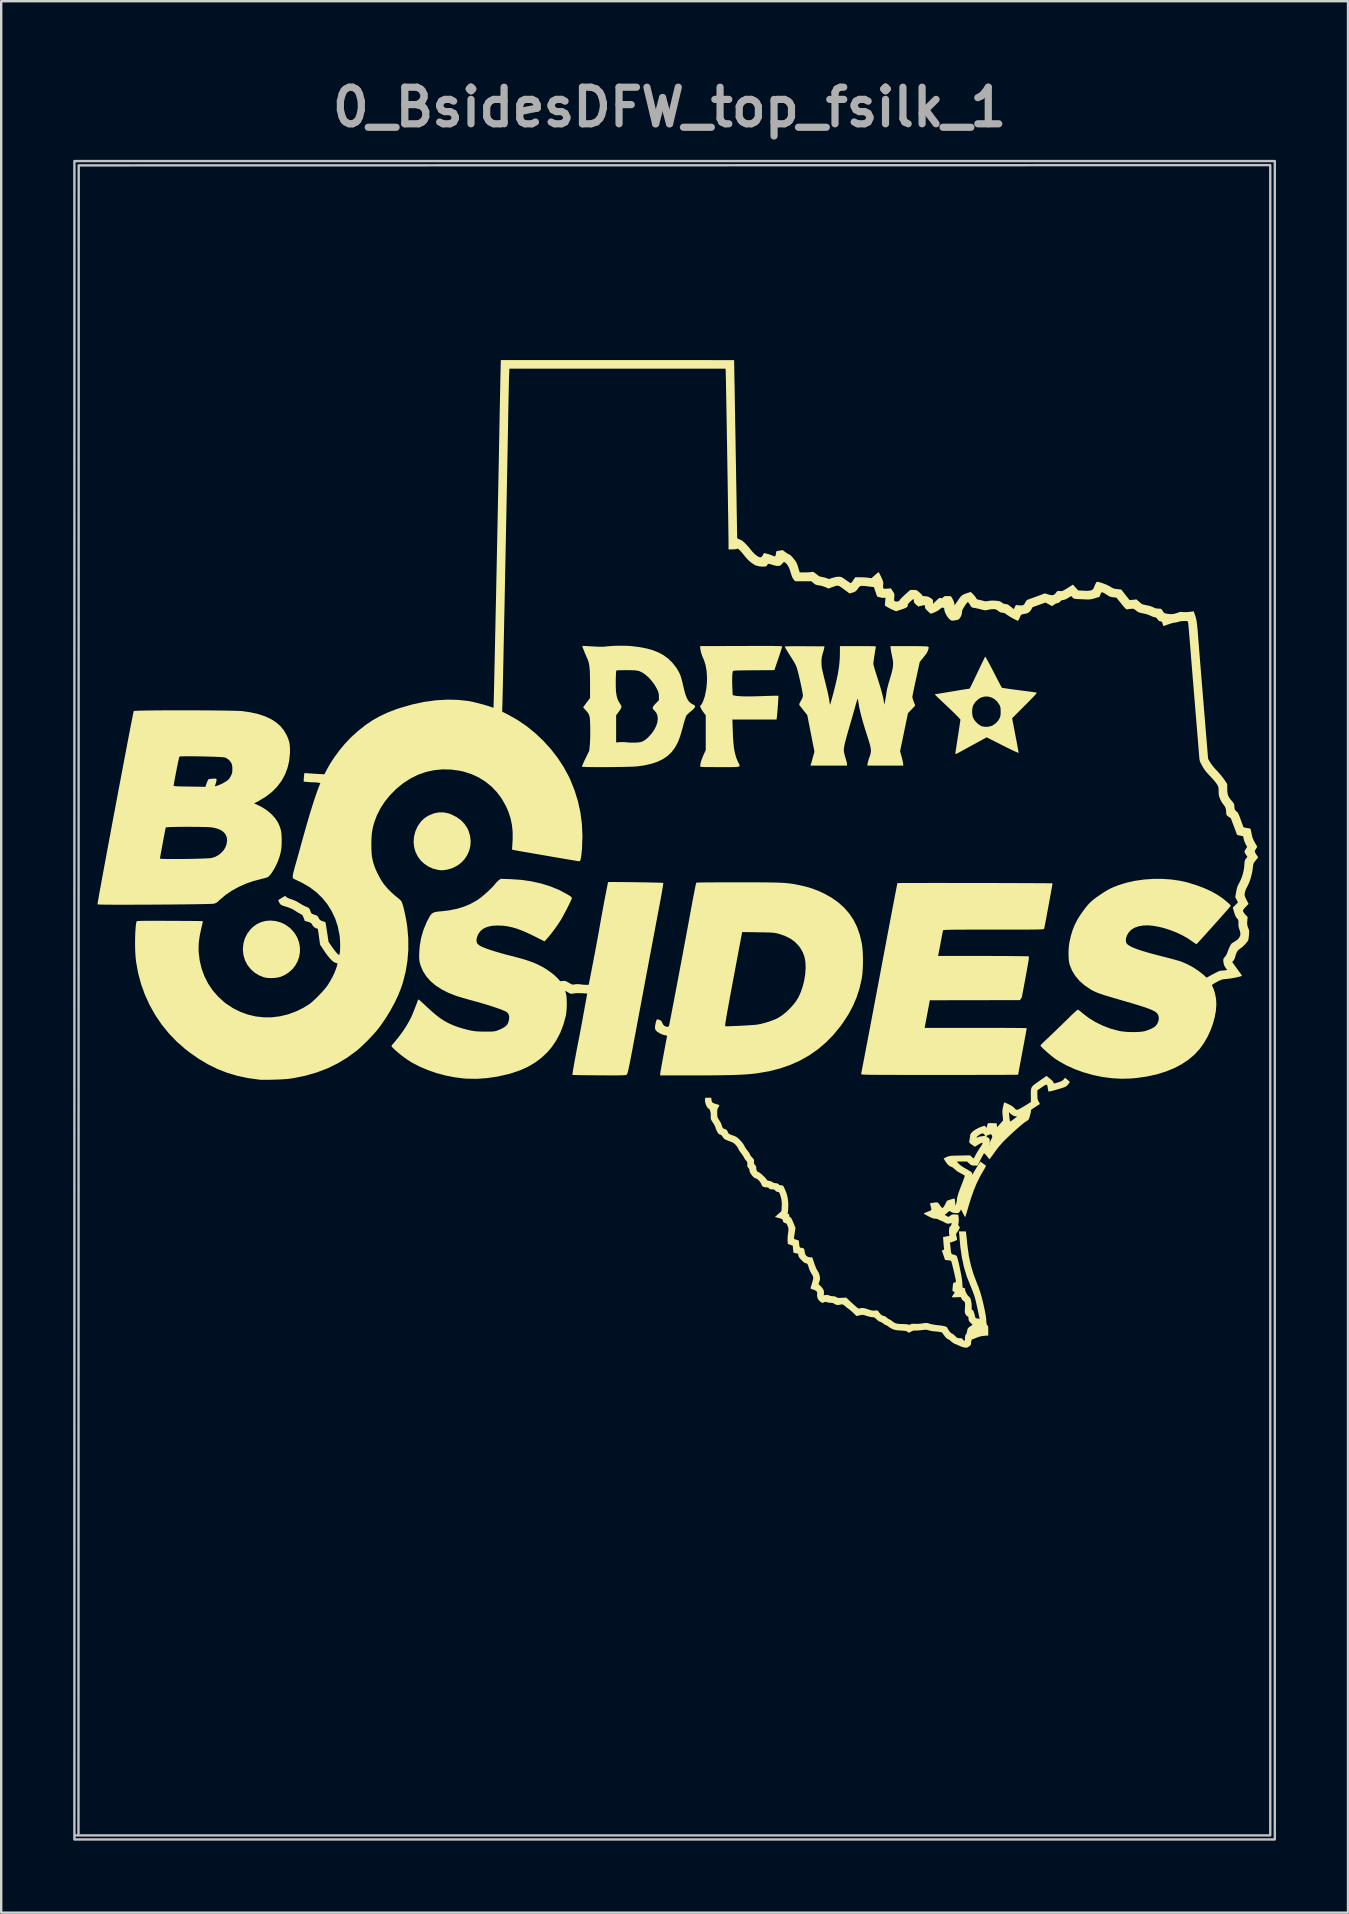
<source format=kicad_pcb>
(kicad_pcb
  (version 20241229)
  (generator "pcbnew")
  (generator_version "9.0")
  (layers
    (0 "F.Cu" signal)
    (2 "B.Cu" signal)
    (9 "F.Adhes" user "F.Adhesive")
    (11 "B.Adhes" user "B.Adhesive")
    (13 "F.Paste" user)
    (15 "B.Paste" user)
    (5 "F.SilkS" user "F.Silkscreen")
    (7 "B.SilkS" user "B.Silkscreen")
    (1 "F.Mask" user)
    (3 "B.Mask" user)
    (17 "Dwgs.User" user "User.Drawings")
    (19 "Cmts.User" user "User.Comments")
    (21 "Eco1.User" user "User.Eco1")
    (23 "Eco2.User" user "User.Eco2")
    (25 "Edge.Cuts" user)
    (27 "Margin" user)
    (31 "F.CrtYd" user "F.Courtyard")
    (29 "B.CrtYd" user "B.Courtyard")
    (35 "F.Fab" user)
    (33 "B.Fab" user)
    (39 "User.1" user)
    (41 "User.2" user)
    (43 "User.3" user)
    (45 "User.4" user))
  (footprint "0_BsidesDFW_top_fsilk_1"
    (layer "F.Cu")
    (at 25.049 38.618)
    (property "Reference" "0_BsidesDFW_top_fsilk_1" (at -0.2 -37.2 0) (layer "F.Fab") (effects (font (size 1.524 1.524) (thickness 0.3))))
    (attr board_only exclude_from_pos_files exclude_from_bom)
    (fp_poly (pts (xy -16.611 -3.289) (xy -16.412 -3.235) (xy -16.222 -3.147) (xy -16.046 -3.025) (xy -15.958 -2.945) (xy -15.814 -2.774) (xy -15.707 -2.589) (xy -15.637 -2.395) (xy -15.602 -2.196) (xy -15.601 -1.997) (xy -15.633 -1.801) (xy -15.699 -1.613) (xy -15.795 -1.437) (xy -15.922 -1.278) (xy -16.078 -1.14) (xy -16.263 -1.027) (xy -16.404 -0.967) (xy -16.525 -0.936) (xy -16.67 -0.918) (xy -16.823 -0.912) (xy -16.968 -0.921) (xy -17.091 -0.943) (xy -17.099 -0.945) (xy -17.309 -1.029) (xy -17.496 -1.144) (xy -17.656 -1.289) (xy -17.788 -1.458) (xy -17.887 -1.648) (xy -17.951 -1.855) (xy -17.978 -2.075) (xy -17.978 -2.122) (xy -17.957 -2.353) (xy -17.896 -2.567) (xy -17.796 -2.765) (xy -17.659 -2.945) (xy -17.554 -3.048) (xy -17.39 -3.166) (xy -17.208 -3.249) (xy -17.015 -3.297) (xy -16.814 -3.31)) (stroke (width 0) (type solid)) (fill yes) (layer "F.SilkS"))
    (fp_poly (pts (xy -9.61 -7.817) (xy -9.406 -7.775) (xy -9.309 -7.74) (xy -9.085 -7.629) (xy -8.897 -7.495) (xy -8.744 -7.337) (xy -8.625 -7.156) (xy -8.576 -7.05) (xy -8.512 -6.838) (xy -8.487 -6.627) (xy -8.5 -6.421) (xy -8.549 -6.223) (xy -8.63 -6.038) (xy -8.741 -5.869) (xy -8.881 -5.721) (xy -9.047 -5.597) (xy -9.236 -5.501) (xy -9.447 -5.437) (xy -9.53 -5.422) (xy -9.611 -5.411) (xy -9.669 -5.405) (xy -9.72 -5.406) (xy -9.782 -5.413) (xy -9.853 -5.423) (xy -10.055 -5.473) (xy -10.25 -5.561) (xy -10.429 -5.683) (xy -10.564 -5.81) (xy -10.693 -5.981) (xy -10.786 -6.171) (xy -10.844 -6.374) (xy -10.865 -6.585) (xy -10.849 -6.799) (xy -10.797 -7.011) (xy -10.708 -7.216) (xy -10.667 -7.285) (xy -10.552 -7.444) (xy -10.42 -7.57) (xy -10.264 -7.673) (xy -10.226 -7.692) (xy -10.019 -7.776) (xy -9.814 -7.818)) (stroke (width 0) (type solid)) (fill yes) (layer "F.SilkS"))
    (fp_poly (pts (xy 3.802 -14.753) (xy 3.971 -14.753) (xy 4.11 -14.752) (xy 4.223 -14.75) (xy 4.312 -14.748) (xy 4.38 -14.746) (xy 4.429 -14.743) (xy 4.462 -14.739) (xy 4.482 -14.734) (xy 4.491 -14.729) (xy 4.492 -14.725) (xy 4.485 -14.697) (xy 4.466 -14.635) (xy 4.437 -14.545) (xy 4.401 -14.433) (xy 4.358 -14.305) (xy 4.329 -14.219) (xy 4.167 -13.744) (xy 3.309 -13.739) (xy 3.093 -13.737) (xy 2.916 -13.735) (xy 2.773 -13.733) (xy 2.662 -13.731) (xy 2.578 -13.728) (xy 2.517 -13.724) (xy 2.477 -13.718) (xy 2.453 -13.712) (xy 2.441 -13.705) (xy 2.439 -13.702) (xy 2.424 -13.636) (xy 2.414 -13.533) (xy 2.409 -13.397) (xy 2.409 -13.235) (xy 2.415 -13.052) (xy 2.43 -12.703) (xy 2.484 -12.69) (xy 2.579 -12.672) (xy 2.705 -12.66) (xy 2.863 -12.652) (xy 3.056 -12.65) (xy 3.287 -12.652) (xy 3.556 -12.659) (xy 3.644 -12.662) (xy 3.809 -12.668) (xy 3.96 -12.672) (xy 4.093 -12.676) (xy 4.201 -12.678) (xy 4.281 -12.678) (xy 4.326 -12.677) (xy 4.335 -12.676) (xy 4.336 -12.653) (xy 4.334 -12.595) (xy 4.33 -12.51) (xy 4.323 -12.405) (xy 4.315 -12.288) (xy 4.306 -12.165) (xy 4.296 -12.044) (xy 4.286 -11.932) (xy 4.277 -11.837) (xy 4.27 -11.777) (xy 4.259 -11.687) (xy 2.419 -11.687) (xy 2.434 -11.218) (xy 2.445 -10.947) (xy 2.461 -10.713) (xy 2.484 -10.511) (xy 2.514 -10.335) (xy 2.552 -10.181) (xy 2.598 -10.043) (xy 2.649 -9.927) (xy 2.678 -9.871) (xy 2.701 -9.826) (xy 2.716 -9.789) (xy 2.719 -9.761) (xy 2.706 -9.739) (xy 2.675 -9.724) (xy 2.623 -9.714) (xy 2.544 -9.708) (xy 2.438 -9.705) (xy 2.299 -9.704) (xy 2.125 -9.704) (xy 1.912 -9.704) (xy 1.899 -9.704) (xy 1.691 -9.704) (xy 1.521 -9.705) (xy 1.386 -9.705) (xy 1.282 -9.707) (xy 1.204 -9.709) (xy 1.148 -9.712) (xy 1.112 -9.717) (xy 1.09 -9.723) (xy 1.08 -9.73) (xy 1.076 -9.74) (xy 1.076 -9.745) (xy 1.087 -9.841) (xy 1.119 -9.964) (xy 1.169 -10.104) (xy 1.216 -10.213) (xy 1.308 -10.415) (xy 1.308 -11.863) (xy 1.226 -11.97) (xy 1.16 -12.063) (xy 1.112 -12.146) (xy 1.082 -12.213) (xy 1.074 -12.259) (xy 1.09 -12.278) (xy 1.094 -12.278) (xy 1.118 -12.297) (xy 1.15 -12.349) (xy 1.187 -12.424) (xy 1.223 -12.517) (xy 1.257 -12.617) (xy 1.276 -12.684) (xy 1.328 -12.942) (xy 1.356 -13.205) (xy 1.361 -13.464) (xy 1.343 -13.714) (xy 1.302 -13.946) (xy 1.239 -14.153) (xy 1.19 -14.264) (xy 1.153 -14.352) (xy 1.119 -14.458) (xy 1.093 -14.566) (xy 1.078 -14.659) (xy 1.076 -14.688) (xy 1.076 -14.746) (xy 2.785 -14.751) (xy 3.096 -14.752) (xy 3.367 -14.753) (xy 3.602 -14.753)) (stroke (width 0) (type solid)) (fill yes) (layer "F.SilkS"))
    (fp_poly (pts (xy 12.964 -14.294) (xy 12.993 -14.246) (xy 13.037 -14.169) (xy 13.093 -14.066) (xy 13.159 -13.943) (xy 13.233 -13.803) (xy 13.299 -13.675) (xy 13.377 -13.523) (xy 13.45 -13.382) (xy 13.515 -13.258) (xy 13.569 -13.154) (xy 13.611 -13.076) (xy 13.637 -13.027) (xy 13.646 -13.012) (xy 13.67 -13.006) (xy 13.73 -12.996) (xy 13.822 -12.982) (xy 13.941 -12.964) (xy 14.081 -12.945) (xy 14.238 -12.924) (xy 14.335 -12.912) (xy 14.502 -12.89) (xy 14.657 -12.87) (xy 14.796 -12.852) (xy 14.913 -12.836) (xy 15.002 -12.824) (xy 15.057 -12.816) (xy 15.071 -12.813) (xy 15.086 -12.809) (xy 15.094 -12.801) (xy 15.092 -12.788) (xy 15.079 -12.765) (xy 15.051 -12.73) (xy 15.005 -12.679) (xy 14.94 -12.611) (xy 14.853 -12.522) (xy 14.741 -12.408) (xy 14.604 -12.271) (xy 14.075 -11.74) (xy 14.21 -11.033) (xy 14.242 -10.865) (xy 14.271 -10.71) (xy 14.297 -10.573) (xy 14.318 -10.458) (xy 14.333 -10.37) (xy 14.343 -10.316) (xy 14.345 -10.299) (xy 14.327 -10.302) (xy 14.275 -10.322) (xy 14.193 -10.358) (xy 14.083 -10.409) (xy 13.951 -10.473) (xy 13.798 -10.549) (xy 13.679 -10.608) (xy 13.013 -10.945) (xy 12.493 -10.66) (xy 12.35 -10.582) (xy 12.212 -10.507) (xy 12.085 -10.437) (xy 11.977 -10.378) (xy 11.893 -10.332) (xy 11.84 -10.303) (xy 11.77 -10.266) (xy 11.728 -10.25) (xy 11.711 -10.254) (xy 11.708 -10.263) (xy 11.712 -10.291) (xy 11.721 -10.355) (xy 11.735 -10.451) (xy 11.753 -10.573) (xy 11.774 -10.716) (xy 11.799 -10.874) (xy 11.814 -10.972) (xy 11.84 -11.137) (xy 11.863 -11.29) (xy 11.883 -11.425) (xy 11.9 -11.537) (xy 11.912 -11.621) (xy 11.918 -11.672) (xy 11.919 -11.684) (xy 11.904 -11.706) (xy 11.862 -11.753) (xy 11.795 -11.822) (xy 11.709 -11.909) (xy 11.637 -11.98) (xy 12.407 -11.98) (xy 12.423 -11.845) (xy 12.44 -11.781) (xy 12.489 -11.683) (xy 12.566 -11.585) (xy 12.66 -11.497) (xy 12.758 -11.43) (xy 12.818 -11.404) (xy 12.946 -11.381) (xy 13.084 -11.387) (xy 13.213 -11.418) (xy 13.254 -11.436) (xy 13.39 -11.527) (xy 13.499 -11.65) (xy 13.54 -11.719) (xy 13.568 -11.777) (xy 13.585 -11.832) (xy 13.594 -11.898) (xy 13.596 -11.988) (xy 13.596 -12.014) (xy 13.594 -12.115) (xy 13.587 -12.188) (xy 13.571 -12.244) (xy 13.549 -12.293) (xy 13.457 -12.429) (xy 13.344 -12.533) (xy 13.215 -12.606) (xy 13.077 -12.644) (xy 12.934 -12.645) (xy 12.793 -12.608) (xy 12.75 -12.589) (xy 12.641 -12.516) (xy 12.544 -12.419) (xy 12.469 -12.31) (xy 12.438 -12.242) (xy 12.412 -12.119) (xy 12.407 -11.98) (xy 11.637 -11.98) (xy 11.605 -12.011) (xy 11.488 -12.123) (xy 11.382 -12.224) (xy 11.257 -12.342) (xy 11.142 -12.45) (xy 11.042 -12.546) (xy 10.959 -12.625) (xy 10.898 -12.685) (xy 10.86 -12.723) (xy 10.85 -12.735) (xy 10.871 -12.739) (xy 10.928 -12.749) (xy 11.015 -12.764) (xy 11.126 -12.783) (xy 11.256 -12.805) (xy 11.398 -12.828) (xy 11.547 -12.853) (xy 11.698 -12.878) (xy 11.843 -12.902) (xy 11.979 -12.924) (xy 12.097 -12.943) (xy 12.194 -12.958) (xy 12.263 -12.969) (xy 12.299 -12.974) (xy 12.302 -12.974) (xy 12.313 -12.993) (xy 12.341 -13.045) (xy 12.382 -13.127) (xy 12.434 -13.233) (xy 12.496 -13.361) (xy 12.565 -13.505) (xy 12.626 -13.634) (xy 12.7 -13.789) (xy 12.768 -13.932) (xy 12.828 -14.058) (xy 12.879 -14.163) (xy 12.918 -14.243) (xy 12.943 -14.293) (xy 12.951 -14.308)) (stroke (width 0) (type solid)) (fill yes) (layer "F.SilkS"))
    (fp_poly (pts (xy -1.991 -14.759) (xy -1.832 -14.75) (xy -1.806 -14.748) (xy -1.467 -14.707) (xy -1.164 -14.65) (xy -0.895 -14.575) (xy -0.655 -14.479) (xy -0.443 -14.362) (xy -0.254 -14.222) (xy -0.086 -14.058) (xy 0.064 -13.867) (xy 0.104 -13.808) (xy 0.166 -13.707) (xy 0.216 -13.61) (xy 0.259 -13.507) (xy 0.297 -13.388) (xy 0.334 -13.244) (xy 0.361 -13.127) (xy 0.409 -12.922) (xy 0.455 -12.754) (xy 0.503 -12.62) (xy 0.555 -12.515) (xy 0.612 -12.433) (xy 0.678 -12.372) (xy 0.754 -12.325) (xy 0.787 -12.31) (xy 0.842 -12.279) (xy 0.865 -12.242) (xy 0.854 -12.196) (xy 0.809 -12.137) (xy 0.728 -12.062) (xy 0.698 -12.037) (xy 0.625 -11.975) (xy 0.561 -11.916) (xy 0.516 -11.871) (xy 0.504 -11.856) (xy 0.486 -11.818) (xy 0.46 -11.747) (xy 0.43 -11.652) (xy 0.397 -11.542) (xy 0.379 -11.476) (xy 0.345 -11.348) (xy 0.309 -11.219) (xy 0.275 -11.101) (xy 0.247 -11.007) (xy 0.239 -10.981) (xy 0.145 -10.736) (xy 0.028 -10.52) (xy -0.112 -10.333) (xy -0.279 -10.173) (xy -0.475 -10.039) (xy -0.7 -9.929) (xy -0.958 -9.842) (xy -1.249 -9.777) (xy -1.54 -9.736) (xy -1.616 -9.73) (xy -1.723 -9.724) (xy -1.857 -9.719) (xy -2.011 -9.715) (xy -2.183 -9.711) (xy -2.366 -9.708) (xy -2.557 -9.706) (xy -2.751 -9.704) (xy -2.943 -9.703) (xy -3.128 -9.703) (xy -3.302 -9.704) (xy -3.46 -9.705) (xy -3.598 -9.708) (xy -3.71 -9.711) (xy -3.792 -9.715) (xy -3.839 -9.72) (xy -3.849 -9.724) (xy -3.844 -9.748) (xy -3.823 -9.804) (xy -3.788 -9.884) (xy -3.743 -9.982) (xy -3.702 -10.067) (xy -3.544 -10.39) (xy -3.521 -10.653) (xy -3.514 -10.759) (xy -3.509 -10.896) (xy -3.505 -11.05) (xy -3.505 -11.211) (xy -3.506 -11.36) (xy -3.51 -11.522) (xy -3.515 -11.648) (xy -3.523 -11.747) (xy -3.537 -11.824) (xy -3.558 -11.887) (xy -3.588 -11.943) (xy -3.629 -11.999) (xy -3.683 -12.062) (xy -3.702 -12.084) (xy -3.801 -12.193) (xy -3.753 -12.262) (xy -3.715 -12.314) (xy -3.664 -12.384) (xy -3.609 -12.457) (xy -3.513 -12.584) (xy -3.513 -13.175) (xy -3.514 -13.195) (xy -2.442 -13.195) (xy -2.441 -13.074) (xy -2.438 -12.964) (xy -2.433 -12.873) (xy -2.428 -12.822) (xy -2.405 -12.677) (xy -2.375 -12.561) (xy -2.334 -12.462) (xy -2.278 -12.366) (xy -2.265 -12.348) (xy -2.227 -12.287) (xy -2.207 -12.238) (xy -2.208 -12.191) (xy -2.231 -12.136) (xy -2.278 -12.064) (xy -2.323 -12.001) (xy -2.426 -11.862) (xy -2.426 -10.732) (xy -2.273 -10.744) (xy -2.175 -10.747) (xy -2.075 -10.745) (xy -2.004 -10.738) (xy -1.933 -10.731) (xy -1.835 -10.726) (xy -1.725 -10.725) (xy -1.656 -10.725) (xy -1.54 -10.73) (xy -1.454 -10.738) (xy -1.387 -10.752) (xy -1.327 -10.774) (xy -1.319 -10.777) (xy -1.251 -10.816) (xy -1.171 -10.874) (xy -1.095 -10.939) (xy -1.09 -10.945) (xy -0.95 -11.098) (xy -0.84 -11.256) (xy -0.759 -11.413) (xy -0.709 -11.566) (xy -0.691 -11.712) (xy -0.704 -11.846) (xy -0.751 -11.965) (xy -0.832 -12.064) (xy -0.843 -12.074) (xy -0.888 -12.12) (xy -0.904 -12.165) (xy -0.891 -12.216) (xy -0.848 -12.279) (xy -0.775 -12.357) (xy -0.643 -12.49) (xy -0.644 -12.643) (xy -0.646 -12.721) (xy -0.655 -12.784) (xy -0.674 -12.847) (xy -0.709 -12.925) (xy -0.732 -12.974) (xy -0.824 -13.134) (xy -0.936 -13.287) (xy -1.061 -13.427) (xy -1.194 -13.547) (xy -1.327 -13.64) (xy -1.455 -13.701) (xy -1.472 -13.706) (xy -1.527 -13.72) (xy -1.591 -13.73) (xy -1.671 -13.737) (xy -1.776 -13.741) (xy -1.912 -13.743) (xy -1.997 -13.744) (xy -2.124 -13.743) (xy -2.235 -13.741) (xy -2.326 -13.739) (xy -2.388 -13.735) (xy -2.415 -13.731) (xy -2.415 -13.73) (xy -2.423 -13.702) (xy -2.43 -13.639) (xy -2.435 -13.549) (xy -2.439 -13.44) (xy -2.442 -13.319) (xy -2.442 -13.195) (xy -3.514 -13.195) (xy -3.515 -13.394) (xy -3.518 -13.577) (xy -3.524 -13.728) (xy -3.534 -13.854) (xy -3.548 -13.959) (xy -3.566 -14.048) (xy -3.589 -14.129) (xy -3.618 -14.204) (xy -3.63 -14.231) (xy -3.674 -14.331) (xy -3.718 -14.434) (xy -3.759 -14.535) (xy -3.794 -14.624) (xy -3.82 -14.695) (xy -3.835 -14.741) (xy -3.837 -14.754) (xy -3.814 -14.755) (xy -3.756 -14.753) (xy -3.669 -14.748) (xy -3.56 -14.742) (xy -3.434 -14.735) (xy -3.419 -14.734) (xy -3.243 -14.724) (xy -3.102 -14.719) (xy -2.989 -14.719) (xy -2.898 -14.724) (xy -2.849 -14.73) (xy -2.711 -14.744) (xy -2.543 -14.755) (xy -2.359 -14.761) (xy -2.171 -14.762)) (stroke (width 0) (type solid)) (fill yes) (layer "F.SilkS"))
    (fp_poly (pts (xy 2.655 -4.904) (xy 2.992 -4.903) (xy 3.291 -4.903) (xy 3.555 -4.902) (xy 3.786 -4.9) (xy 3.988 -4.898) (xy 4.164 -4.895) (xy 4.318 -4.89) (xy 4.453 -4.885) (xy 4.572 -4.878) (xy 4.679 -4.869) (xy 4.776 -4.859) (xy 4.868 -4.848) (xy 4.957 -4.834) (xy 5.047 -4.818) (xy 5.14 -4.8) (xy 5.209 -4.786) (xy 5.492 -4.72) (xy 5.748 -4.643) (xy 5.991 -4.551) (xy 6.234 -4.439) (xy 6.552 -4.262) (xy 6.834 -4.063) (xy 7.081 -3.841) (xy 7.293 -3.596) (xy 7.472 -3.326) (xy 7.617 -3.031) (xy 7.729 -2.709) (xy 7.81 -2.363) (xy 7.834 -2.189) (xy 7.85 -1.985) (xy 7.858 -1.763) (xy 7.859 -1.533) (xy 7.851 -1.309) (xy 7.836 -1.1) (xy 7.812 -0.919) (xy 7.809 -0.899) (xy 7.72 -0.502) (xy 7.599 -0.122) (xy 7.444 0.244) (xy 7.251 0.603) (xy 7.019 0.958) (xy 6.917 1.098) (xy 6.625 1.454) (xy 6.31 1.774) (xy 5.973 2.06) (xy 5.611 2.311) (xy 5.226 2.528) (xy 4.817 2.71) (xy 4.383 2.859) (xy 3.924 2.974) (xy 3.439 3.055) (xy 3.328 3.069) (xy 3.184 3.084) (xy 3.026 3.097) (xy 2.85 3.108) (xy 2.654 3.117) (xy 2.434 3.125) (xy 2.188 3.131) (xy 1.913 3.136) (xy 1.606 3.14) (xy 1.263 3.142) (xy 0.882 3.143) (xy 0.751 3.143) (xy -0.597 3.143) (xy -0.583 3.03) (xy -0.577 2.988) (xy -0.564 2.91) (xy -0.545 2.804) (xy -0.522 2.675) (xy -0.496 2.53) (xy -0.467 2.374) (xy -0.438 2.215) (xy -0.409 2.058) (xy -0.381 1.91) (xy -0.356 1.776) (xy -0.334 1.664) (xy -0.318 1.58) (xy -0.307 1.529) (xy -0.306 1.526) (xy -0.305 1.498) (xy -0.322 1.482) (xy -0.369 1.471) (xy -0.396 1.467) (xy -0.471 1.448) (xy -0.56 1.412) (xy -0.631 1.375) (xy -0.722 1.315) (xy -0.779 1.255) (xy -0.806 1.184) (xy -0.806 1.096) (xy -0.783 0.979) (xy -0.782 0.976) (xy -0.762 0.9) (xy -0.744 0.841) (xy -0.732 0.81) (xy -0.731 0.808) (xy -0.706 0.807) (xy -0.656 0.818) (xy -0.631 0.826) (xy -0.573 0.85) (xy -0.536 0.885) (xy -0.507 0.946) (xy -0.506 0.949) (xy -0.465 1.025) (xy -0.413 1.078) (xy -0.409 1.081) (xy -0.342 1.11) (xy -0.28 1.117) (xy -0.237 1.101) (xy -0.224 1.081) (xy -0.221 1.07) (xy 2.115 1.07) (xy 2.117 1.081) (xy 2.125 1.086) (xy 2.133 1.09) (xy 2.145 1.093) (xy 2.167 1.095) (xy 2.203 1.095) (xy 2.259 1.094) (xy 2.338 1.091) (xy 2.446 1.086) (xy 2.588 1.081) (xy 2.726 1.075) (xy 2.886 1.067) (xy 3.045 1.058) (xy 3.193 1.048) (xy 3.323 1.038) (xy 3.425 1.028) (xy 3.467 1.022) (xy 3.611 0.995) (xy 3.773 0.953) (xy 3.942 0.902) (xy 4.103 0.844) (xy 4.245 0.785) (xy 4.325 0.745) (xy 4.492 0.638) (xy 4.664 0.499) (xy 4.832 0.336) (xy 4.988 0.158) (xy 5.07 0.05) (xy 5.177 -0.126) (xy 5.271 -0.335) (xy 5.35 -0.568) (xy 5.411 -0.816) (xy 5.452 -1.071) (xy 5.47 -1.324) (xy 5.471 -1.371) (xy 5.459 -1.602) (xy 5.419 -1.808) (xy 5.348 -1.996) (xy 5.244 -2.174) (xy 5.171 -2.27) (xy 5.014 -2.43) (xy 4.824 -2.565) (xy 4.6 -2.675) (xy 4.35 -2.758) (xy 4.29 -2.774) (xy 4.236 -2.786) (xy 4.181 -2.795) (xy 4.12 -2.803) (xy 4.046 -2.808) (xy 3.954 -2.813) (xy 3.838 -2.816) (xy 3.692 -2.819) (xy 3.51 -2.821) (xy 3.487 -2.822) (xy 2.829 -2.831) (xy 2.817 -2.781) (xy 2.811 -2.754) (xy 2.799 -2.688) (xy 2.779 -2.586) (xy 2.754 -2.452) (xy 2.723 -2.289) (xy 2.687 -2.099) (xy 2.647 -1.885) (xy 2.603 -1.652) (xy 2.556 -1.4) (xy 2.506 -1.135) (xy 2.454 -0.858) (xy 2.449 -0.833) (xy 2.383 -0.477) (xy 2.324 -0.162) (xy 2.274 0.115) (xy 2.23 0.354) (xy 2.194 0.557) (xy 2.165 0.725) (xy 2.143 0.859) (xy 2.127 0.96) (xy 2.118 1.03) (xy 2.115 1.07) (xy -0.221 1.07) (xy -0.216 1.049) (xy -0.202 0.978) (xy -0.181 0.871) (xy -0.154 0.732) (xy -0.121 0.564) (xy -0.084 0.369) (xy -0.042 0.15) (xy 0.004 -0.089) (xy 0.052 -0.345) (xy 0.104 -0.616) (xy 0.157 -0.898) (xy 0.212 -1.189) (xy 0.268 -1.485) (xy 0.324 -1.783) (xy 0.379 -2.081) (xy 0.434 -2.376) (xy 0.488 -2.663) (xy 0.54 -2.942) (xy 0.589 -3.207) (xy 0.635 -3.457) (xy 0.653 -3.555) (xy 0.706 -3.842) (xy 0.751 -4.089) (xy 0.791 -4.299) (xy 0.824 -4.473) (xy 0.852 -4.614) (xy 0.874 -4.724) (xy 0.892 -4.804) (xy 0.905 -4.857) (xy 0.914 -4.885) (xy 0.917 -4.89) (xy 0.94 -4.892) (xy 1.002 -4.894) (xy 1.1 -4.896) (xy 1.23 -4.898) (xy 1.39 -4.9) (xy 1.577 -4.901) (xy 1.786 -4.902) (xy 2.016 -4.903) (xy 2.263 -4.904) (xy 2.523 -4.904)) (stroke (width 0) (type solid)) (fill yes) (layer "F.SilkS"))
    (fp_poly (pts (xy 11.241 -4.877) (xy 11.542 -4.876) (xy 11.853 -4.876) (xy 12.169 -4.876) (xy 12.489 -4.875) (xy 12.808 -4.875) (xy 13.126 -4.874) (xy 13.438 -4.874) (xy 13.742 -4.873) (xy 14.035 -4.872) (xy 14.314 -4.871) (xy 14.577 -4.87) (xy 14.821 -4.869) (xy 15.043 -4.868) (xy 15.24 -4.867) (xy 15.409 -4.866) (xy 15.548 -4.865) (xy 15.654 -4.864) (xy 15.724 -4.863) (xy 15.755 -4.862) (xy 15.757 -4.862) (xy 15.754 -4.84) (xy 15.745 -4.783) (xy 15.73 -4.693) (xy 15.709 -4.578) (xy 15.685 -4.441) (xy 15.657 -4.288) (xy 15.627 -4.124) (xy 15.596 -3.954) (xy 15.564 -3.782) (xy 15.533 -3.614) (xy 15.504 -3.455) (xy 15.476 -3.311) (xy 15.452 -3.185) (xy 15.432 -3.083) (xy 15.418 -3.01) (xy 15.409 -2.971) (xy 15.408 -2.969) (xy 15.405 -2.963) (xy 15.396 -2.958) (xy 15.381 -2.953) (xy 15.355 -2.949) (xy 15.317 -2.946) (xy 15.265 -2.943) (xy 15.195 -2.94) (xy 15.106 -2.938) (xy 14.995 -2.936) (xy 14.859 -2.935) (xy 14.697 -2.934) (xy 14.505 -2.933) (xy 14.281 -2.933) (xy 14.023 -2.933) (xy 13.729 -2.932) (xy 13.395 -2.932) (xy 13.301 -2.932) (xy 12.957 -2.932) (xy 12.652 -2.932) (xy 12.385 -2.932) (xy 12.153 -2.932) (xy 11.953 -2.931) (xy 11.783 -2.93) (xy 11.641 -2.929) (xy 11.523 -2.927) (xy 11.429 -2.925) (xy 11.354 -2.923) (xy 11.297 -2.92) (xy 11.256 -2.917) (xy 11.228 -2.913) (xy 11.209 -2.908) (xy 11.199 -2.903) (xy 11.195 -2.897) (xy 11.194 -2.895) (xy 11.187 -2.865) (xy 11.174 -2.799) (xy 11.155 -2.705) (xy 11.133 -2.588) (xy 11.108 -2.457) (xy 11.097 -2.394) (xy 11.071 -2.257) (xy 11.047 -2.132) (xy 11.027 -2.025) (xy 11.011 -1.943) (xy 11.001 -1.893) (xy 10.998 -1.883) (xy 10.987 -1.835) (xy 12.861 -1.835) (xy 13.139 -1.835) (xy 13.405 -1.834) (xy 13.657 -1.833) (xy 13.89 -1.832) (xy 14.102 -1.83) (xy 14.291 -1.828) (xy 14.452 -1.826) (xy 14.583 -1.824) (xy 14.681 -1.822) (xy 14.742 -1.819) (xy 14.764 -1.817) (xy 14.771 -1.805) (xy 14.773 -1.78) (xy 14.77 -1.736) (xy 14.762 -1.671) (xy 14.748 -1.58) (xy 14.728 -1.461) (xy 14.701 -1.31) (xy 14.667 -1.123) (xy 14.642 -0.989) (xy 14.609 -0.808) (xy 14.577 -0.639) (xy 14.549 -0.486) (xy 14.524 -0.355) (xy 14.504 -0.25) (xy 14.49 -0.176) (xy 14.483 -0.138) (xy 14.482 -0.135) (xy 14.462 -0.084) (xy 14.434 -0.042) (xy 14.396 0.005) (xy 12.52 0.008) (xy 10.645 0.011) (xy 10.537 0.585) (xy 10.429 1.16) (xy 12.556 1.16) (xy 12.852 1.16) (xy 13.135 1.161) (xy 13.404 1.161) (xy 13.654 1.162) (xy 13.884 1.163) (xy 14.091 1.164) (xy 14.271 1.166) (xy 14.423 1.167) (xy 14.542 1.169) (xy 14.627 1.171) (xy 14.674 1.173) (xy 14.683 1.174) (xy 14.679 1.197) (xy 14.669 1.257) (xy 14.651 1.35) (xy 14.629 1.473) (xy 14.602 1.62) (xy 14.571 1.787) (xy 14.536 1.972) (xy 14.504 2.146) (xy 14.467 2.341) (xy 14.433 2.523) (xy 14.402 2.688) (xy 14.376 2.832) (xy 14.354 2.951) (xy 14.337 3.04) (xy 14.327 3.095) (xy 14.324 3.113) (xy 14.304 3.114) (xy 14.243 3.115) (xy 14.145 3.116) (xy 14.011 3.117) (xy 13.844 3.118) (xy 13.647 3.119) (xy 13.42 3.119) (xy 13.168 3.12) (xy 12.891 3.121) (xy 12.593 3.121) (xy 12.275 3.122) (xy 11.94 3.122) (xy 11.59 3.122) (xy 11.227 3.122) (xy 11.054 3.122) (xy 10.619 3.122) (xy 10.225 3.122) (xy 9.868 3.122) (xy 9.548 3.122) (xy 9.262 3.121) (xy 9.009 3.121) (xy 8.786 3.12) (xy 8.592 3.119) (xy 8.425 3.118) (xy 8.282 3.117) (xy 8.162 3.116) (xy 8.063 3.114) (xy 7.982 3.112) (xy 7.919 3.109) (xy 7.87 3.107) (xy 7.835 3.104) (xy 7.811 3.1) (xy 7.795 3.096) (xy 7.787 3.092) (xy 7.785 3.087) (xy 7.785 3.086) (xy 7.789 3.055) (xy 7.8 2.989) (xy 7.817 2.896) (xy 7.839 2.783) (xy 7.864 2.656) (xy 7.868 2.638) (xy 7.881 2.572) (xy 7.901 2.467) (xy 7.928 2.326) (xy 7.962 2.151) (xy 8.001 1.944) (xy 8.046 1.708) (xy 8.096 1.445) (xy 8.151 1.158) (xy 8.209 0.85) (xy 8.271 0.522) (xy 8.336 0.177) (xy 8.404 -0.182) (xy 8.474 -0.553) (xy 8.546 -0.934) (xy 8.618 -1.318) (xy 8.689 -1.698) (xy 8.759 -2.067) (xy 8.826 -2.422) (xy 8.89 -2.762) (xy 8.951 -3.085) (xy 9.009 -3.387) (xy 9.062 -3.668) (xy 9.111 -3.925) (xy 9.155 -4.155) (xy 9.193 -4.358) (xy 9.227 -4.53) (xy 9.254 -4.669) (xy 9.274 -4.774) (xy 9.288 -4.841) (xy 9.294 -4.87) (xy 9.294 -4.871) (xy 9.316 -4.872) (xy 9.377 -4.873) (xy 9.475 -4.874) (xy 9.607 -4.875) (xy 9.77 -4.875) (xy 9.96 -4.876) (xy 10.177 -4.876) (xy 10.416 -4.876) (xy 10.675 -4.877) (xy 10.951 -4.877)) (stroke (width 0) (type solid)) (fill yes) (layer "F.SilkS"))
    (fp_poly (pts (xy 7.82 -14.746) (xy 7.979 -14.745) (xy 8.119 -14.744) (xy 8.236 -14.742) (xy 8.324 -14.74) (xy 8.379 -14.737) (xy 8.396 -14.735) (xy 8.393 -14.711) (xy 8.384 -14.653) (xy 8.371 -14.568) (xy 8.354 -14.463) (xy 8.344 -14.396) (xy 8.325 -14.279) (xy 8.31 -14.172) (xy 8.298 -14.084) (xy 8.292 -14.025) (xy 8.291 -14.008) (xy 8.297 -13.972) (xy 8.315 -13.902) (xy 8.343 -13.804) (xy 8.379 -13.683) (xy 8.422 -13.547) (xy 8.469 -13.399) (xy 8.47 -13.398) (xy 8.547 -13.152) (xy 8.613 -12.933) (xy 8.665 -12.741) (xy 8.703 -12.581) (xy 8.727 -12.454) (xy 8.735 -12.37) (xy 8.737 -12.31) (xy 8.757 -12.362) (xy 8.768 -12.402) (xy 8.783 -12.474) (xy 8.8 -12.569) (xy 8.818 -12.675) (xy 8.82 -12.687) (xy 8.835 -12.787) (xy 8.848 -12.869) (xy 8.861 -12.941) (xy 8.877 -13.01) (xy 8.896 -13.086) (xy 8.921 -13.176) (xy 8.954 -13.287) (xy 8.996 -13.429) (xy 9.01 -13.476) (xy 9.06 -13.653) (xy 9.094 -13.801) (xy 9.111 -13.93) (xy 9.114 -14.049) (xy 9.102 -14.169) (xy 9.077 -14.298) (xy 9.073 -14.314) (xy 9.051 -14.416) (xy 9.031 -14.522) (xy 9.018 -14.612) (xy 9.018 -14.614) (xy 9.003 -14.746) (xy 9.766 -14.746) (xy 9.972 -14.746) (xy 10.153 -14.744) (xy 10.305 -14.741) (xy 10.426 -14.738) (xy 10.512 -14.733) (xy 10.561 -14.728) (xy 10.569 -14.725) (xy 10.593 -14.706) (xy 10.598 -14.675) (xy 10.586 -14.625) (xy 10.565 -14.558) (xy 10.537 -14.497) (xy 10.498 -14.431) (xy 10.441 -14.353) (xy 10.365 -14.258) (xy 10.225 -14.086) (xy 10.071 -13.377) (xy 10.034 -13.209) (xy 10.001 -13.052) (xy 9.971 -12.912) (xy 9.947 -12.795) (xy 9.929 -12.704) (xy 9.918 -12.646) (xy 9.916 -12.626) (xy 9.923 -12.587) (xy 9.942 -12.521) (xy 9.97 -12.442) (xy 9.976 -12.425) (xy 10.037 -12.268) (xy 9.886 -12.109) (xy 9.734 -11.951) (xy 9.57 -11.158) (xy 9.405 -10.364) (xy 9.47 -10.13) (xy 9.497 -10.03) (xy 9.518 -9.938) (xy 9.532 -9.867) (xy 9.536 -9.831) (xy 9.536 -9.768) (xy 8.042 -9.768) (xy 8.053 -9.857) (xy 8.066 -9.92) (xy 8.091 -10.006) (xy 8.121 -10.098) (xy 8.128 -10.116) (xy 8.157 -10.199) (xy 8.178 -10.273) (xy 8.188 -10.344) (xy 8.189 -10.419) (xy 8.179 -10.504) (xy 8.158 -10.605) (xy 8.124 -10.728) (xy 8.077 -10.88) (xy 8.028 -11.033) (xy 7.938 -11.316) (xy 7.859 -11.58) (xy 7.793 -11.821) (xy 7.739 -12.035) (xy 7.699 -12.217) (xy 7.679 -12.341) (xy 7.666 -12.427) (xy 7.654 -12.499) (xy 7.645 -12.545) (xy 7.643 -12.552) (xy 7.634 -12.545) (xy 7.617 -12.502) (xy 7.594 -12.431) (xy 7.567 -12.338) (xy 7.553 -12.289) (xy 7.523 -12.18) (xy 7.485 -12.042) (xy 7.44 -11.885) (xy 7.392 -11.718) (xy 7.344 -11.554) (xy 7.324 -11.487) (xy 7.251 -11.237) (xy 7.191 -11.024) (xy 7.143 -10.845) (xy 7.106 -10.698) (xy 7.081 -10.58) (xy 7.066 -10.487) (xy 7.06 -10.418) (xy 7.06 -10.411) (xy 7.068 -10.337) (xy 7.088 -10.237) (xy 7.119 -10.125) (xy 7.127 -10.1) (xy 7.155 -10.006) (xy 7.178 -9.92) (xy 7.191 -9.855) (xy 7.194 -9.831) (xy 7.194 -9.768) (xy 5.672 -9.768) (xy 5.687 -9.815) (xy 5.699 -9.854) (xy 5.719 -9.923) (xy 5.744 -10.013) (xy 5.77 -10.105) (xy 5.838 -10.348) (xy 5.688 -11.111) (xy 5.538 -11.873) (xy 5.39 -12.058) (xy 5.328 -12.137) (xy 5.273 -12.206) (xy 5.233 -12.258) (xy 5.215 -12.282) (xy 5.204 -12.306) (xy 5.207 -12.336) (xy 5.226 -12.382) (xy 5.265 -12.453) (xy 5.273 -12.466) (xy 5.314 -12.543) (xy 5.344 -12.614) (xy 5.358 -12.665) (xy 5.358 -12.671) (xy 5.354 -12.719) (xy 5.341 -12.801) (xy 5.321 -12.909) (xy 5.296 -13.036) (xy 5.267 -13.174) (xy 5.236 -13.316) (xy 5.204 -13.455) (xy 5.173 -13.582) (xy 5.145 -13.692) (xy 5.142 -13.702) (xy 5.118 -13.789) (xy 5.095 -13.862) (xy 5.07 -13.927) (xy 5.038 -13.993) (xy 4.997 -14.068) (xy 4.942 -14.16) (xy 4.87 -14.275) (xy 4.836 -14.328) (xy 4.765 -14.441) (xy 4.703 -14.542) (xy 4.652 -14.626) (xy 4.617 -14.687) (xy 4.6 -14.721) (xy 4.599 -14.724) (xy 4.615 -14.73) (xy 4.664 -14.735) (xy 4.748 -14.739) (xy 4.868 -14.741) (xy 5.026 -14.742) (xy 5.223 -14.742) (xy 5.427 -14.741) (xy 6.255 -14.736) (xy 6.248 -14.683) (xy 6.239 -14.639) (xy 6.22 -14.568) (xy 6.196 -14.483) (xy 6.186 -14.451) (xy 6.154 -14.336) (xy 6.137 -14.232) (xy 6.13 -14.116) (xy 6.13 -14.071) (xy 6.131 -14.003) (xy 6.135 -13.938) (xy 6.143 -13.869) (xy 6.157 -13.789) (xy 6.178 -13.691) (xy 6.206 -13.569) (xy 6.244 -13.415) (xy 6.26 -13.354) (xy 6.313 -13.139) (xy 6.357 -12.958) (xy 6.392 -12.808) (xy 6.42 -12.681) (xy 6.441 -12.573) (xy 6.457 -12.477) (xy 6.466 -12.409) (xy 6.476 -12.348) (xy 6.485 -12.312) (xy 6.49 -12.306) (xy 6.498 -12.328) (xy 6.515 -12.385) (xy 6.54 -12.472) (xy 6.57 -12.581) (xy 6.604 -12.708) (xy 6.626 -12.787) (xy 6.702 -13.086) (xy 6.765 -13.353) (xy 6.814 -13.593) (xy 6.851 -13.815) (xy 6.876 -14.025) (xy 6.892 -14.23) (xy 6.898 -14.437) (xy 6.899 -14.497) (xy 6.899 -14.746) (xy 7.647 -14.746)) (stroke (width 0) (type solid)) (fill yes) (layer "F.SilkS"))
    (fp_poly (pts (xy -20.403 -12.07) (xy -20.134 -12.07) (xy -19.866 -12.069) (xy -19.602 -12.067) (xy -19.347 -12.066) (xy -19.103 -12.063) (xy -18.874 -12.061) (xy -18.663 -12.058) (xy -18.474 -12.054) (xy -18.309 -12.051) (xy -18.173 -12.046) (xy -18.068 -12.042) (xy -17.998 -12.037) (xy -17.991 -12.036) (xy -17.641 -11.983) (xy -17.327 -11.911) (xy -17.049 -11.818) (xy -16.806 -11.705) (xy -16.595 -11.57) (xy -16.417 -11.414) (xy -16.271 -11.234) (xy -16.159 -11.044) (xy -16.099 -10.91) (xy -16.057 -10.785) (xy -16.031 -10.659) (xy -16.018 -10.52) (xy -16.016 -10.355) (xy -16.018 -10.284) (xy -16.049 -9.969) (xy -16.118 -9.672) (xy -16.224 -9.393) (xy -16.367 -9.133) (xy -16.547 -8.893) (xy -16.763 -8.674) (xy -17.015 -8.477) (xy -17.301 -8.303) (xy -17.318 -8.294) (xy -17.511 -8.192) (xy -17.365 -8.128) (xy -17.155 -8.019) (xy -16.96 -7.889) (xy -16.787 -7.742) (xy -16.642 -7.584) (xy -16.531 -7.42) (xy -16.508 -7.377) (xy -16.452 -7.252) (xy -16.411 -7.136) (xy -16.384 -7.019) (xy -16.369 -6.889) (xy -16.362 -6.733) (xy -16.362 -6.645) (xy -16.364 -6.479) (xy -16.373 -6.34) (xy -16.39 -6.216) (xy -16.418 -6.092) (xy -16.458 -5.955) (xy -16.469 -5.918) (xy -16.519 -5.783) (xy -16.581 -5.643) (xy -16.65 -5.506) (xy -16.724 -5.379) (xy -16.798 -5.268) (xy -16.866 -5.183) (xy -16.926 -5.128) (xy -16.934 -5.124) (xy -16.98 -5.105) (xy -17.055 -5.082) (xy -17.147 -5.058) (xy -17.209 -5.044) (xy -17.535 -4.959) (xy -17.854 -4.847) (xy -18.16 -4.71) (xy -18.445 -4.552) (xy -18.704 -4.376) (xy -18.928 -4.185) (xy -18.941 -4.173) (xy -19.017 -4.102) (xy -19.076 -4.057) (xy -19.131 -4.029) (xy -19.187 -4.013) (xy -19.224 -4.009) (xy -19.299 -4.005) (xy -19.409 -4.002) (xy -19.55 -3.998) (xy -19.719 -3.995) (xy -19.912 -3.991) (xy -20.128 -3.988) (xy -20.362 -3.985) (xy -20.611 -3.983) (xy -20.872 -3.98) (xy -21.142 -3.978) (xy -21.417 -3.976) (xy -21.694 -3.974) (xy -21.971 -3.973) (xy -22.243 -3.972) (xy -22.508 -3.971) (xy -22.762 -3.97) (xy -23.003 -3.97) (xy -23.226 -3.97) (xy -23.429 -3.971) (xy -23.608 -3.972) (xy -23.76 -3.974) (xy -23.882 -3.976) (xy -23.971 -3.978) (xy -24.024 -3.982) (xy -24.037 -3.984) (xy -24.035 -4.007) (xy -24.025 -4.069) (xy -24.008 -4.167) (xy -23.985 -4.299) (xy -23.956 -4.464) (xy -23.921 -4.657) (xy -23.881 -4.877) (xy -23.836 -5.122) (xy -23.787 -5.388) (xy -23.734 -5.674) (xy -23.693 -5.894) (xy -21.434 -5.894) (xy -21.414 -5.887) (xy -21.356 -5.882) (xy -21.266 -5.878) (xy -21.148 -5.876) (xy -21.006 -5.874) (xy -20.847 -5.874) (xy -20.674 -5.874) (xy -20.493 -5.875) (xy -20.308 -5.878) (xy -20.123 -5.881) (xy -19.945 -5.885) (xy -19.776 -5.89) (xy -19.623 -5.895) (xy -19.491 -5.901) (xy -19.383 -5.907) (xy -19.304 -5.914) (xy -19.262 -5.921) (xy -19.128 -5.966) (xy -19.016 -6.026) (xy -18.906 -6.11) (xy -18.895 -6.119) (xy -18.787 -6.231) (xy -18.711 -6.35) (xy -18.66 -6.489) (xy -18.657 -6.502) (xy -18.636 -6.654) (xy -18.653 -6.791) (xy -18.707 -6.91) (xy -18.798 -7.011) (xy -18.924 -7.093) (xy -19.085 -7.154) (xy -19.27 -7.192) (xy -19.335 -7.198) (xy -19.431 -7.204) (xy -19.553 -7.208) (xy -19.696 -7.211) (xy -19.855 -7.214) (xy -20.025 -7.215) (xy -20.2 -7.216) (xy -20.376 -7.216) (xy -20.547 -7.215) (xy -20.708 -7.213) (xy -20.854 -7.21) (xy -20.981 -7.207) (xy -21.082 -7.202) (xy -21.153 -7.197) (xy -21.188 -7.191) (xy -21.192 -7.189) (xy -21.198 -7.161) (xy -21.211 -7.098) (xy -21.229 -7.007) (xy -21.251 -6.893) (xy -21.276 -6.763) (xy -21.302 -6.623) (xy -21.329 -6.48) (xy -21.355 -6.339) (xy -21.379 -6.207) (xy -21.4 -6.091) (xy -21.417 -5.996) (xy -21.429 -5.928) (xy -21.434 -5.896) (xy -21.434 -5.894) (xy -23.693 -5.894) (xy -23.678 -5.977) (xy -23.619 -6.295) (xy -23.558 -6.625) (xy -23.494 -6.964) (xy -23.43 -7.311) (xy -23.364 -7.663) (xy -23.297 -8.017) (xy -23.231 -8.371) (xy -23.165 -8.723) (xy -23.128 -8.919) (xy -20.864 -8.919) (xy -20.844 -8.914) (xy -20.789 -8.909) (xy -20.704 -8.904) (xy -20.596 -8.9) (xy -20.473 -8.897) (xy -20.469 -8.897) (xy -20.319 -8.895) (xy -20.161 -8.892) (xy -20.009 -8.89) (xy -19.876 -8.888) (xy -19.807 -8.886) (xy -19.542 -8.882) (xy -19.491 -9.031) (xy -19.462 -9.106) (xy -19.434 -9.165) (xy -19.411 -9.196) (xy -19.409 -9.198) (xy -19.372 -9.207) (xy -19.308 -9.216) (xy -19.229 -9.222) (xy -19.229 -9.222) (xy -19.152 -9.225) (xy -19.107 -9.223) (xy -19.085 -9.212) (xy -19.076 -9.192) (xy -19.075 -9.185) (xy -19.078 -9.141) (xy -19.093 -9.074) (xy -19.109 -9.022) (xy -19.149 -8.904) (xy -19.094 -8.916) (xy -19.01 -8.943) (xy -18.906 -8.986) (xy -18.796 -9.04) (xy -18.697 -9.097) (xy -18.67 -9.114) (xy -18.592 -9.174) (xy -18.533 -9.242) (xy -18.486 -9.323) (xy -18.45 -9.398) (xy -18.429 -9.46) (xy -18.419 -9.529) (xy -18.417 -9.621) (xy -18.417 -9.623) (xy -18.421 -9.73) (xy -18.435 -9.81) (xy -18.458 -9.871) (xy -18.523 -9.965) (xy -18.611 -10.045) (xy -18.708 -10.099) (xy -18.728 -10.106) (xy -18.77 -10.113) (xy -18.848 -10.119) (xy -18.954 -10.126) (xy -19.085 -10.132) (xy -19.235 -10.138) (xy -19.398 -10.143) (xy -19.57 -10.147) (xy -19.745 -10.151) (xy -19.917 -10.153) (xy -20.082 -10.155) (xy -20.235 -10.156) (xy -20.369 -10.155) (xy -20.481 -10.153) (xy -20.563 -10.15) (xy -20.613 -10.145) (xy -20.624 -10.142) (xy -20.632 -10.117) (xy -20.646 -10.058) (xy -20.666 -9.97) (xy -20.689 -9.859) (xy -20.715 -9.733) (xy -20.742 -9.597) (xy -20.769 -9.457) (xy -20.795 -9.322) (xy -20.819 -9.196) (xy -20.839 -9.086) (xy -20.854 -8.998) (xy -20.863 -8.939) (xy -20.864 -8.919) (xy -23.128 -8.919) (xy -23.099 -9.069) (xy -23.035 -9.409) (xy -22.973 -9.738) (xy -22.913 -10.056) (xy -22.855 -10.358) (xy -22.801 -10.644) (xy -22.75 -10.91) (xy -22.703 -11.154) (xy -22.661 -11.373) (xy -22.623 -11.566) (xy -22.591 -11.729) (xy -22.565 -11.861) (xy -22.545 -11.958) (xy -22.531 -12.019) (xy -22.526 -12.041) (xy -22.501 -12.046) (xy -22.437 -12.05) (xy -22.338 -12.054) (xy -22.207 -12.058) (xy -22.047 -12.061) (xy -21.862 -12.064) (xy -21.654 -12.066) (xy -21.428 -12.068) (xy -21.187 -12.069) (xy -20.933 -12.07) (xy -20.671 -12.07)) (stroke (width 0) (type solid)) (fill yes) (layer "F.SilkS"))
    (fp_poly (pts (xy -6.808 -5.035) (xy -6.374 -5.005) (xy -5.952 -4.944) (xy -5.546 -4.853) (xy -5.162 -4.733) (xy -4.802 -4.584) (xy -4.471 -4.409) (xy -4.414 -4.375) (xy -4.339 -4.326) (xy -4.294 -4.291) (xy -4.273 -4.265) (xy -4.272 -4.24) (xy -4.273 -4.233) (xy -4.293 -4.182) (xy -4.329 -4.101) (xy -4.379 -3.998) (xy -4.438 -3.88) (xy -4.502 -3.754) (xy -4.569 -3.627) (xy -4.634 -3.507) (xy -4.693 -3.4) (xy -4.743 -3.315) (xy -4.754 -3.297) (xy -4.867 -3.126) (xy -4.99 -2.952) (xy -5.114 -2.787) (xy -5.232 -2.641) (xy -5.298 -2.566) (xy -5.411 -2.443) (xy -5.807 -2.644) (xy -6.08 -2.776) (xy -6.327 -2.884) (xy -6.552 -2.968) (xy -6.762 -3.03) (xy -6.961 -3.072) (xy -7.156 -3.097) (xy -7.159 -3.097) (xy -7.408 -3.105) (xy -7.625 -3.087) (xy -7.808 -3.042) (xy -7.96 -2.971) (xy -8.08 -2.873) (xy -8.169 -2.748) (xy -8.203 -2.672) (xy -8.24 -2.547) (xy -8.245 -2.446) (xy -8.217 -2.363) (xy -8.153 -2.294) (xy -8.058 -2.236) (xy -7.953 -2.189) (xy -7.813 -2.136) (xy -7.642 -2.077) (xy -7.445 -2.015) (xy -7.229 -1.952) (xy -6.999 -1.888) (xy -6.795 -1.836) (xy -6.545 -1.771) (xy -6.33 -1.712) (xy -6.143 -1.655) (xy -5.979 -1.598) (xy -5.83 -1.54) (xy -5.691 -1.479) (xy -5.661 -1.465) (xy -5.489 -1.375) (xy -5.317 -1.27) (xy -5.154 -1.157) (xy -5.01 -1.044) (xy -4.896 -0.936) (xy -4.889 -0.929) (xy -4.753 -0.782) (xy -4.649 -0.794) (xy -4.594 -0.798) (xy -4.547 -0.792) (xy -4.495 -0.772) (xy -4.426 -0.736) (xy -4.397 -0.718) (xy -4.321 -0.675) (xy -4.269 -0.651) (xy -4.228 -0.642) (xy -4.187 -0.645) (xy -4.152 -0.653) (xy -4.023 -0.663) (xy -3.932 -0.654) (xy -3.837 -0.642) (xy -3.734 -0.634) (xy -3.688 -0.633) (xy -3.568 -0.633) (xy -3.547 -0.744) (xy -3.501 -0.977) (xy -3.453 -1.225) (xy -3.404 -1.481) (xy -3.355 -1.738) (xy -3.307 -1.992) (xy -3.261 -2.235) (xy -3.219 -2.462) (xy -3.181 -2.666) (xy -3.149 -2.842) (xy -3.124 -2.983) (xy -3.122 -2.996) (xy -3.076 -3.257) (xy -3.028 -3.523) (xy -2.98 -3.788) (xy -2.933 -4.042) (xy -2.888 -4.278) (xy -2.847 -4.487) (xy -2.817 -4.639) (xy -2.797 -4.739) (xy -2.78 -4.823) (xy -2.769 -4.883) (xy -2.764 -4.91) (xy -2.764 -4.911) (xy -2.743 -4.914) (xy -2.685 -4.915) (xy -2.595 -4.916) (xy -2.476 -4.916) (xy -2.333 -4.915) (xy -2.172 -4.914) (xy -1.997 -4.912) (xy -1.812 -4.91) (xy -1.622 -4.908) (xy -1.432 -4.905) (xy -1.246 -4.902) (xy -1.069 -4.898) (xy -0.906 -4.895) (xy -0.762 -4.891) (xy -0.641 -4.888) (xy -0.547 -4.885) (xy -0.486 -4.881) (xy -0.462 -4.878) (xy -0.462 -4.878) (xy -0.462 -4.854) (xy -0.47 -4.794) (xy -0.484 -4.702) (xy -0.504 -4.584) (xy -0.528 -4.443) (xy -0.556 -4.286) (xy -0.58 -4.156) (xy -0.608 -4.01) (xy -0.642 -3.829) (xy -0.682 -3.618) (xy -0.726 -3.383) (xy -0.774 -3.129) (xy -0.824 -2.862) (xy -0.876 -2.589) (xy -0.927 -2.314) (xy -0.978 -2.044) (xy -0.992 -1.973) (xy -1.043 -1.703) (xy -1.1 -1.398) (xy -1.162 -1.068) (xy -1.228 -0.718) (xy -1.295 -0.356) (xy -1.364 0.009) (xy -1.432 0.372) (xy -1.498 0.724) (xy -1.561 1.058) (xy -1.603 1.286) (xy -1.662 1.601) (xy -1.714 1.877) (xy -1.759 2.117) (xy -1.799 2.323) (xy -1.832 2.498) (xy -1.861 2.645) (xy -1.886 2.765) (xy -1.907 2.863) (xy -1.924 2.939) (xy -1.939 2.998) (xy -1.951 3.041) (xy -1.962 3.071) (xy -1.971 3.091) (xy -1.98 3.103) (xy -1.984 3.106) (xy -1.996 3.115) (xy -2.013 3.122) (xy -2.038 3.128) (xy -2.074 3.132) (xy -2.124 3.136) (xy -2.193 3.139) (xy -2.284 3.14) (xy -2.4 3.141) (xy -2.545 3.141) (xy -2.723 3.141) (xy -2.936 3.14) (xy -3.134 3.139) (xy -3.346 3.137) (xy -3.545 3.136) (xy -3.727 3.134) (xy -3.888 3.131) (xy -4.024 3.129) (xy -4.132 3.126) (xy -4.207 3.124) (xy -4.245 3.121) (xy -4.249 3.12) (xy -4.248 3.098) (xy -4.24 3.038) (xy -4.226 2.948) (xy -4.206 2.831) (xy -4.182 2.694) (xy -4.154 2.54) (xy -4.124 2.375) (xy -4.092 2.204) (xy -4.06 2.032) (xy -4.027 1.865) (xy -3.996 1.707) (xy -3.99 1.677) (xy -3.974 1.6) (xy -3.953 1.488) (xy -3.925 1.338) (xy -3.89 1.151) (xy -3.848 0.925) (xy -3.8 0.661) (xy -3.744 0.356) (xy -3.682 0.012) (xy -3.641 -0.213) (xy -3.631 -0.268) (xy -3.853 -0.283) (xy -3.998 -0.287) (xy -4.122 -0.283) (xy -4.196 -0.273) (xy -4.265 -0.261) (xy -4.313 -0.261) (xy -4.359 -0.277) (xy -4.42 -0.311) (xy -4.427 -0.315) (xy -4.486 -0.349) (xy -4.529 -0.373) (xy -4.545 -0.38) (xy -4.543 -0.362) (xy -4.531 -0.316) (xy -4.519 -0.28) (xy -4.502 -0.2) (xy -4.49 -0.089) (xy -4.484 0.045) (xy -4.483 0.19) (xy -4.487 0.337) (xy -4.497 0.477) (xy -4.512 0.599) (xy -4.522 0.654) (xy -4.622 1.023) (xy -4.753 1.365) (xy -4.917 1.679) (xy -5.112 1.966) (xy -5.295 2.179) (xy -5.539 2.409) (xy -5.808 2.61) (xy -6.104 2.784) (xy -6.431 2.931) (xy -6.79 3.053) (xy -6.924 3.09) (xy -7.375 3.191) (xy -7.811 3.256) (xy -8.236 3.285) (xy -8.654 3.277) (xy -8.776 3.268) (xy -9.154 3.221) (xy -9.534 3.146) (xy -9.907 3.046) (xy -10.267 2.922) (xy -10.607 2.778) (xy -10.919 2.616) (xy -11.11 2.497) (xy -11.246 2.402) (xy -11.388 2.294) (xy -11.525 2.182) (xy -11.645 2.076) (xy -11.728 1.996) (xy -11.77 1.949) (xy -11.785 1.92) (xy -11.779 1.896) (xy -11.769 1.883) (xy -11.741 1.85) (xy -11.694 1.795) (xy -11.638 1.729) (xy -11.621 1.709) (xy -11.461 1.508) (xy -11.307 1.297) (xy -11.168 1.084) (xy -11.047 0.876) (xy -10.95 0.684) (xy -10.922 0.619) (xy -10.884 0.525) (xy -10.84 0.416) (xy -10.796 0.301) (xy -10.753 0.191) (xy -10.718 0.097) (xy -10.693 0.028) (xy -10.689 0.016) (xy -10.669 -0.015) (xy -10.658 -0.021) (xy -10.637 -0.007) (xy -10.591 0.031) (xy -10.525 0.091) (xy -10.443 0.165) (xy -10.351 0.252) (xy -10.34 0.262) (xy -10.132 0.454) (xy -9.942 0.616) (xy -9.764 0.753) (xy -9.59 0.868) (xy -9.414 0.965) (xy -9.229 1.048) (xy -9.029 1.123) (xy -8.806 1.192) (xy -8.776 1.2) (xy -8.613 1.243) (xy -8.47 1.275) (xy -8.335 1.297) (xy -8.194 1.31) (xy -8.036 1.316) (xy -7.869 1.318) (xy -7.733 1.317) (xy -7.631 1.316) (xy -7.554 1.311) (xy -7.494 1.304) (xy -7.442 1.293) (xy -7.389 1.276) (xy -7.347 1.261) (xy -7.252 1.222) (xy -7.154 1.173) (xy -7.081 1.13) (xy -7.011 1.078) (xy -6.966 1.028) (xy -6.932 0.962) (xy -6.922 0.937) (xy -6.886 0.805) (xy -6.882 0.688) (xy -6.909 0.59) (xy -6.967 0.517) (xy -6.987 0.502) (xy -7.06 0.463) (xy -7.171 0.416) (xy -7.314 0.361) (xy -7.485 0.302) (xy -7.682 0.238) (xy -7.899 0.171) (xy -8.132 0.103) (xy -8.378 0.035) (xy -8.417 0.024) (xy -8.569 -0.017) (xy -8.722 -0.061) (xy -8.867 -0.103) (xy -8.993 -0.141) (xy -9.091 -0.172) (xy -9.114 -0.18) (xy -9.427 -0.305) (xy -9.708 -0.449) (xy -9.953 -0.61) (xy -10.163 -0.789) (xy -10.335 -0.984) (xy -10.47 -1.194) (xy -10.566 -1.419) (xy -10.57 -1.43) (xy -10.597 -1.518) (xy -10.615 -1.593) (xy -10.626 -1.666) (xy -10.631 -1.752) (xy -10.633 -1.864) (xy -10.633 -1.895) (xy -10.612 -2.24) (xy -10.552 -2.585) (xy -10.454 -2.923) (xy -10.32 -3.247) (xy -10.211 -3.453) (xy -10.158 -3.537) (xy -10.105 -3.597) (xy -10.042 -3.639) (xy -9.962 -3.666) (xy -9.855 -3.683) (xy -9.753 -3.692) (xy -9.397 -3.732) (xy -9.071 -3.797) (xy -8.772 -3.887) (xy -8.494 -4.004) (xy -8.235 -4.149) (xy -8.175 -4.188) (xy -8.084 -4.254) (xy -7.977 -4.34) (xy -7.863 -4.439) (xy -7.748 -4.543) (xy -7.642 -4.645) (xy -7.551 -4.738) (xy -7.483 -4.815) (xy -7.467 -4.836) (xy -7.41 -4.904) (xy -7.347 -4.967) (xy -7.315 -4.992) (xy -7.235 -5.049)) (stroke (width 0) (type solid)) (fill yes) (layer "F.SilkS"))
    (fp_poly (pts (xy 15.654 3.281) (xy 15.732 3.348) (xy 15.783 3.402) (xy 15.801 3.439) (xy 15.801 3.44) (xy 15.802 3.463) (xy 15.81 3.475) (xy 15.833 3.476) (xy 15.877 3.466) (xy 15.95 3.445) (xy 15.999 3.43) (xy 16.096 3.396) (xy 16.163 3.362) (xy 16.211 3.322) (xy 16.222 3.31) (xy 16.28 3.241) (xy 16.378 3.321) (xy 16.43 3.366) (xy 16.466 3.403) (xy 16.476 3.419) (xy 16.464 3.443) (xy 16.431 3.487) (xy 16.397 3.528) (xy 16.367 3.562) (xy 16.338 3.588) (xy 16.303 3.611) (xy 16.255 3.633) (xy 16.188 3.657) (xy 16.094 3.686) (xy 15.967 3.724) (xy 15.959 3.726) (xy 15.811 3.768) (xy 15.699 3.797) (xy 15.625 3.811) (xy 15.59 3.811) (xy 15.588 3.809) (xy 15.578 3.777) (xy 15.567 3.718) (xy 15.56 3.671) (xy 15.549 3.595) (xy 15.533 3.548) (xy 15.508 3.529) (xy 15.467 3.538) (xy 15.404 3.574) (xy 15.314 3.634) (xy 15.126 3.764) (xy 15.126 3.951) (xy 15.128 4.047) (xy 15.134 4.114) (xy 15.148 4.166) (xy 15.172 4.217) (xy 15.181 4.232) (xy 15.211 4.287) (xy 15.228 4.324) (xy 15.229 4.334) (xy 15.209 4.348) (xy 15.161 4.379) (xy 15.093 4.423) (xy 15.024 4.468) (xy 14.947 4.518) (xy 14.889 4.561) (xy 14.854 4.59) (xy 14.849 4.602) (xy 14.859 4.608) (xy 14.862 4.624) (xy 14.858 4.656) (xy 14.846 4.709) (xy 14.824 4.792) (xy 14.798 4.887) (xy 14.777 4.951) (xy 14.749 4.994) (xy 14.704 5.03) (xy 14.655 5.059) (xy 14.6 5.096) (xy 14.52 5.159) (xy 14.421 5.241) (xy 14.308 5.338) (xy 14.186 5.447) (xy 14.06 5.561) (xy 13.937 5.677) (xy 13.821 5.789) (xy 13.717 5.893) (xy 13.711 5.899) (xy 13.622 5.996) (xy 13.527 6.106) (xy 13.441 6.214) (xy 13.395 6.276) (xy 13.332 6.365) (xy 13.271 6.45) (xy 13.219 6.521) (xy 13.195 6.554) (xy 13.129 6.642) (xy 13.023 6.506) (xy 12.966 6.438) (xy 12.928 6.401) (xy 12.904 6.392) (xy 12.894 6.397) (xy 12.877 6.426) (xy 12.845 6.484) (xy 12.804 6.563) (xy 12.757 6.655) (xy 12.753 6.661) (xy 12.634 6.899) (xy 12.506 6.899) (xy 12.431 6.896) (xy 12.381 6.885) (xy 12.336 6.858) (xy 12.286 6.814) (xy 12.195 6.73) (xy 11.766 6.73) (xy 11.848 6.82) (xy 11.909 6.876) (xy 11.991 6.937) (xy 12.076 6.99) (xy 12.078 6.991) (xy 12.203 7.061) (xy 12.295 7.115) (xy 12.358 7.157) (xy 12.395 7.19) (xy 12.41 7.217) (xy 12.411 7.237) (xy 12.406 7.272) (xy 12.418 7.273) (xy 12.441 7.242) (xy 12.459 7.21) (xy 12.484 7.164) (xy 12.526 7.093) (xy 12.578 7.008) (xy 12.622 6.937) (xy 12.751 6.733) (xy 12.857 6.809) (xy 12.916 6.851) (xy 12.962 6.885) (xy 12.981 6.9) (xy 12.978 6.923) (xy 12.956 6.972) (xy 12.919 7.04) (xy 12.893 7.083) (xy 12.742 7.345) (xy 12.603 7.625) (xy 12.476 7.931) (xy 12.358 8.268) (xy 12.267 8.563) (xy 12.228 8.697) (xy 12.193 8.818) (xy 12.162 8.918) (xy 12.139 8.993) (xy 12.125 9.037) (xy 12.121 9.045) (xy 12.108 9.032) (xy 12.082 8.989) (xy 12.047 8.924) (xy 12.03 8.891) (xy 11.948 8.728) (xy 11.9 8.805) (xy 11.87 8.849) (xy 11.84 8.872) (xy 11.795 8.88) (xy 11.737 8.882) (xy 11.624 8.869) (xy 11.542 8.836) (xy 11.462 8.79) (xy 11.364 8.871) (xy 11.267 8.953) (xy 11.345 9) (xy 11.395 9.028) (xy 11.425 9.036) (xy 11.451 9.022) (xy 11.466 9.009) (xy 11.537 8.956) (xy 11.61 8.933) (xy 11.701 8.933) (xy 11.719 8.935) (xy 11.833 8.949) (xy 11.847 9.068) (xy 11.852 9.157) (xy 11.848 9.248) (xy 11.842 9.287) (xy 11.832 9.351) (xy 11.836 9.39) (xy 11.857 9.421) (xy 11.864 9.428) (xy 11.887 9.454) (xy 11.894 9.478) (xy 11.882 9.512) (xy 11.854 9.567) (xy 11.817 9.632) (xy 11.78 9.687) (xy 11.766 9.705) (xy 11.746 9.732) (xy 11.739 9.761) (xy 11.745 9.806) (xy 11.76 9.867) (xy 11.776 9.94) (xy 11.779 9.982) (xy 11.767 10.003) (xy 11.766 10.004) (xy 11.729 10.022) (xy 11.67 10.047) (xy 11.602 10.072) (xy 11.541 10.093) (xy 11.5 10.104) (xy 11.494 10.105) (xy 11.481 10.122) (xy 11.485 10.153) (xy 11.494 10.199) (xy 11.503 10.27) (xy 11.509 10.327) (xy 11.519 10.434) (xy 11.529 10.507) (xy 11.541 10.554) (xy 11.56 10.581) (xy 11.589 10.597) (xy 11.633 10.608) (xy 11.647 10.612) (xy 11.726 10.638) (xy 11.767 10.672) (xy 11.773 10.683) (xy 11.794 10.746) (xy 11.82 10.842) (xy 11.85 10.964) (xy 11.881 11.101) (xy 11.911 11.247) (xy 11.94 11.392) (xy 11.965 11.527) (xy 11.984 11.646) (xy 11.995 11.738) (xy 11.997 11.766) (xy 12.01 11.981) (xy 12.074 12.003) (xy 12.117 12.025) (xy 12.118 12.046) (xy 12.117 12.047) (xy 12.112 12.078) (xy 12.128 12.133) (xy 12.157 12.199) (xy 12.196 12.267) (xy 12.238 12.325) (xy 12.275 12.36) (xy 12.312 12.394) (xy 12.338 12.44) (xy 12.359 12.512) (xy 12.367 12.547) (xy 12.382 12.64) (xy 12.389 12.737) (xy 12.389 12.8) (xy 12.386 12.867) (xy 12.392 12.901) (xy 12.41 12.911) (xy 12.443 12.932) (xy 12.476 12.991) (xy 12.506 13.086) (xy 12.519 13.143) (xy 12.535 13.209) (xy 12.551 13.245) (xy 12.579 13.262) (xy 12.627 13.272) (xy 12.68 13.28) (xy 12.711 13.284) (xy 12.714 13.283) (xy 12.712 13.261) (xy 12.703 13.206) (xy 12.686 13.124) (xy 12.665 13.022) (xy 12.641 12.908) (xy 12.615 12.789) (xy 12.589 12.673) (xy 12.564 12.565) (xy 12.542 12.475) (xy 12.535 12.447) (xy 12.497 12.32) (xy 12.445 12.171) (xy 12.384 12.014) (xy 12.33 11.888) (xy 12.185 11.523) (xy 12.069 11.136) (xy 11.979 10.724) (xy 11.916 10.284) (xy 11.887 9.957) (xy 11.88 9.865) (xy 11.873 9.781) (xy 11.866 9.719) (xy 11.865 9.71) (xy 11.854 9.641) (xy 12.149 9.641) (xy 12.159 9.731) (xy 12.165 9.779) (xy 12.173 9.861) (xy 12.185 9.969) (xy 12.198 10.096) (xy 12.212 10.233) (xy 12.215 10.259) (xy 12.271 10.667) (xy 12.355 11.054) (xy 12.469 11.434) (xy 12.601 11.779) (xy 12.675 11.966) (xy 12.741 12.159) (xy 12.802 12.365) (xy 12.86 12.594) (xy 12.918 12.852) (xy 12.942 12.972) (xy 12.963 13.081) (xy 12.98 13.183) (xy 12.991 13.267) (xy 12.996 13.32) (xy 13 13.421) (xy 13.013 13.5) (xy 13.031 13.551) (xy 13.051 13.565) (xy 13.065 13.574) (xy 13.074 13.607) (xy 13.078 13.668) (xy 13.08 13.765) (xy 13.08 13.773) (xy 13.08 13.981) (xy 12.914 13.992) (xy 12.774 14.011) (xy 12.646 14.05) (xy 12.6 14.069) (xy 12.524 14.1) (xy 12.461 14.124) (xy 12.423 14.134) (xy 12.42 14.135) (xy 12.394 14.154) (xy 12.375 14.206) (xy 12.364 14.282) (xy 12.362 14.324) (xy 12.352 14.37) (xy 12.315 14.411) (xy 12.279 14.438) (xy 12.223 14.47) (xy 12.18 14.489) (xy 12.168 14.491) (xy 12.131 14.486) (xy 12.072 14.476) (xy 12.057 14.474) (xy 11.988 14.455) (xy 11.907 14.424) (xy 11.867 14.404) (xy 11.796 14.371) (xy 11.732 14.345) (xy 11.704 14.336) (xy 11.658 14.316) (xy 11.596 14.275) (xy 11.539 14.229) (xy 11.482 14.181) (xy 11.433 14.147) (xy 11.406 14.135) (xy 11.374 14.119) (xy 11.327 14.078) (xy 11.275 14.023) (xy 11.228 13.963) (xy 11.195 13.91) (xy 11.178 13.881) (xy 11.157 13.86) (xy 11.125 13.845) (xy 11.074 13.833) (xy 10.999 13.823) (xy 10.891 13.812) (xy 10.833 13.807) (xy 10.742 13.796) (xy 10.653 13.778) (xy 10.594 13.762) (xy 10.546 13.747) (xy 10.496 13.74) (xy 10.435 13.741) (xy 10.35 13.749) (xy 10.297 13.756) (xy 10.201 13.766) (xy 10.115 13.772) (xy 10.051 13.773) (xy 10.03 13.771) (xy 9.964 13.774) (xy 9.88 13.81) (xy 9.873 13.814) (xy 9.775 13.868) (xy 9.713 13.825) (xy 9.677 13.804) (xy 9.631 13.79) (xy 9.565 13.781) (xy 9.471 13.774) (xy 9.42 13.772) (xy 9.28 13.761) (xy 9.169 13.741) (xy 9.072 13.705) (xy 8.976 13.65) (xy 8.904 13.598) (xy 8.853 13.564) (xy 8.813 13.545) (xy 8.804 13.544) (xy 8.773 13.531) (xy 8.726 13.498) (xy 8.708 13.483) (xy 8.648 13.441) (xy 8.587 13.412) (xy 8.574 13.409) (xy 8.523 13.386) (xy 8.461 13.341) (xy 8.418 13.302) (xy 8.361 13.248) (xy 8.318 13.222) (xy 8.28 13.218) (xy 8.272 13.219) (xy 8.227 13.217) (xy 8.156 13.203) (xy 8.069 13.18) (xy 8.03 13.168) (xy 7.941 13.14) (xy 7.879 13.123) (xy 7.832 13.118) (xy 7.786 13.123) (xy 7.728 13.136) (xy 7.717 13.138) (xy 7.591 13.17) (xy 7.461 13.043) (xy 7.387 12.975) (xy 7.31 12.909) (xy 7.245 12.859) (xy 7.236 12.853) (xy 7.17 12.805) (xy 7.111 12.755) (xy 7.09 12.734) (xy 7.03 12.69) (xy 6.96 12.681) (xy 6.884 12.702) (xy 6.818 12.71) (xy 6.741 12.698) (xy 6.672 12.669) (xy 6.642 12.644) (xy 6.606 12.626) (xy 6.538 12.616) (xy 6.505 12.616) (xy 6.433 12.611) (xy 6.373 12.599) (xy 6.351 12.59) (xy 6.313 12.576) (xy 6.269 12.585) (xy 6.239 12.598) (xy 6.194 12.617) (xy 6.16 12.618) (xy 6.121 12.598) (xy 6.088 12.576) (xy 6.012 12.503) (xy 5.963 12.41) (xy 5.946 12.311) (xy 5.951 12.259) (xy 5.952 12.186) (xy 5.916 12.128) (xy 5.842 12.085) (xy 5.778 12.064) (xy 5.719 12.045) (xy 5.682 12.025) (xy 5.675 12.015) (xy 5.681 11.985) (xy 5.697 11.926) (xy 5.721 11.846) (xy 5.737 11.792) (xy 5.769 11.684) (xy 5.785 11.604) (xy 5.783 11.54) (xy 5.763 11.482) (xy 5.725 11.418) (xy 5.707 11.392) (xy 5.664 11.318) (xy 5.624 11.226) (xy 5.602 11.16) (xy 5.575 11.069) (xy 5.551 11.012) (xy 5.524 10.982) (xy 5.489 10.971) (xy 5.474 10.97) (xy 5.429 10.953) (xy 5.364 10.902) (xy 5.298 10.838) (xy 5.232 10.767) (xy 5.192 10.715) (xy 5.173 10.672) (xy 5.169 10.638) (xy 5.161 10.589) (xy 5.142 10.569) (xy 5.142 10.569) (xy 5.106 10.564) (xy 5.049 10.551) (xy 5.039 10.548) (xy 4.962 10.526) (xy 4.947 10.38) (xy 4.932 10.234) (xy 4.731 10.167) (xy 4.719 10.046) (xy 4.716 9.966) (xy 4.721 9.863) (xy 4.732 9.755) (xy 4.736 9.729) (xy 4.749 9.635) (xy 4.755 9.569) (xy 4.752 9.52) (xy 4.741 9.473) (xy 4.721 9.418) (xy 4.693 9.352) (xy 4.666 9.315) (xy 4.632 9.297) (xy 4.61 9.292) (xy 4.562 9.275) (xy 4.535 9.241) (xy 4.523 9.202) (xy 4.511 9.162) (xy 4.494 9.136) (xy 4.46 9.116) (xy 4.401 9.098) (xy 4.347 9.083) (xy 4.191 9.042) (xy 4.326 8.921) (xy 4.462 8.799) (xy 4.474 8.603) (xy 4.477 8.451) (xy 4.462 8.315) (xy 4.427 8.175) (xy 4.396 8.085) (xy 4.372 8.029) (xy 4.345 8.002) (xy 4.306 7.996) (xy 4.302 7.996) (xy 4.24 7.978) (xy 4.207 7.943) (xy 4.178 7.91) (xy 4.138 7.894) (xy 4.072 7.89) (xy 4.07 7.89) (xy 4.002 7.886) (xy 3.963 7.871) (xy 3.945 7.848) (xy 3.914 7.817) (xy 3.858 7.806) (xy 3.84 7.806) (xy 3.745 7.798) (xy 3.682 7.771) (xy 3.641 7.72) (xy 3.626 7.679) (xy 3.594 7.614) (xy 3.543 7.545) (xy 3.481 7.484) (xy 3.419 7.441) (xy 3.371 7.425) (xy 3.33 7.407) (xy 3.279 7.361) (xy 3.225 7.299) (xy 3.177 7.229) (xy 3.143 7.164) (xy 3.129 7.113) (xy 3.13 7.102) (xy 3.128 7.054) (xy 3.092 7.005) (xy 3.089 7.002) (xy 3.055 6.963) (xy 3.041 6.917) (xy 3.041 6.851) (xy 3.04 6.783) (xy 3.024 6.735) (xy 2.985 6.686) (xy 2.981 6.682) (xy 2.937 6.627) (xy 2.905 6.574) (xy 2.9 6.561) (xy 2.879 6.52) (xy 2.839 6.458) (xy 2.788 6.39) (xy 2.783 6.384) (xy 2.732 6.316) (xy 2.692 6.254) (xy 2.67 6.21) (xy 2.669 6.207) (xy 2.649 6.164) (xy 2.609 6.104) (xy 2.567 6.052) (xy 2.518 5.999) (xy 2.47 5.961) (xy 2.409 5.928) (xy 2.324 5.894) (xy 2.29 5.881) (xy 2.188 5.843) (xy 2.117 5.81) (xy 2.068 5.775) (xy 2.032 5.732) (xy 2.002 5.681) (xy 1.95 5.624) (xy 1.902 5.605) (xy 1.862 5.591) (xy 1.829 5.56) (xy 1.793 5.505) (xy 1.773 5.465) (xy 1.74 5.395) (xy 1.717 5.335) (xy 1.709 5.301) (xy 1.698 5.267) (xy 1.667 5.209) (xy 1.625 5.138) (xy 1.61 5.116) (xy 1.561 5.042) (xy 1.532 4.988) (xy 1.518 4.942) (xy 1.514 4.888) (xy 1.516 4.827) (xy 1.513 4.71) (xy 1.492 4.629) (xy 1.489 4.624) (xy 1.47 4.579) (xy 1.467 4.553) (xy 1.468 4.551) (xy 1.459 4.539) (xy 1.429 4.528) (xy 1.39 4.5) (xy 1.351 4.442) (xy 1.316 4.365) (xy 1.289 4.281) (xy 1.276 4.201) (xy 1.277 4.147) (xy 1.292 4.072) (xy 1.534 4.072) (xy 1.546 4.157) (xy 1.559 4.222) (xy 1.582 4.265) (xy 1.624 4.296) (xy 1.696 4.322) (xy 1.74 4.335) (xy 1.809 4.355) (xy 1.859 4.373) (xy 1.877 4.385) (xy 1.877 4.385) (xy 1.867 4.41) (xy 1.842 4.456) (xy 1.83 4.477) (xy 1.805 4.526) (xy 1.791 4.578) (xy 1.785 4.647) (xy 1.786 4.723) (xy 1.789 4.811) (xy 1.798 4.872) (xy 1.816 4.923) (xy 1.85 4.98) (xy 1.873 5.014) (xy 1.918 5.088) (xy 1.954 5.16) (xy 1.972 5.211) (xy 1.994 5.29) (xy 2.025 5.339) (xy 2.072 5.368) (xy 2.107 5.379) (xy 2.162 5.4) (xy 2.197 5.435) (xy 2.223 5.491) (xy 2.241 5.535) (xy 2.263 5.565) (xy 2.298 5.59) (xy 2.355 5.614) (xy 2.431 5.641) (xy 2.522 5.675) (xy 2.59 5.709) (xy 2.65 5.753) (xy 2.717 5.817) (xy 2.739 5.839) (xy 2.806 5.914) (xy 2.865 5.991) (xy 2.907 6.057) (xy 2.915 6.073) (xy 2.951 6.141) (xy 3.004 6.22) (xy 3.049 6.279) (xy 3.097 6.339) (xy 3.131 6.391) (xy 3.143 6.423) (xy 3.157 6.455) (xy 3.193 6.506) (xy 3.238 6.558) (xy 3.289 6.615) (xy 3.315 6.656) (xy 3.323 6.694) (xy 3.319 6.738) (xy 3.315 6.796) (xy 3.334 6.841) (xy 3.365 6.877) (xy 3.405 6.93) (xy 3.414 6.978) (xy 3.412 6.997) (xy 3.414 7.059) (xy 3.437 7.118) (xy 3.474 7.16) (xy 3.509 7.173) (xy 3.54 7.187) (xy 3.591 7.225) (xy 3.654 7.278) (xy 3.72 7.339) (xy 3.78 7.399) (xy 3.826 7.452) (xy 3.85 7.488) (xy 3.85 7.489) (xy 3.88 7.519) (xy 3.95 7.538) (xy 3.959 7.539) (xy 4.023 7.554) (xy 4.071 7.577) (xy 4.082 7.587) (xy 4.121 7.612) (xy 4.191 7.629) (xy 4.216 7.632) (xy 4.294 7.645) (xy 4.337 7.668) (xy 4.347 7.682) (xy 4.381 7.712) (xy 4.445 7.721) (xy 4.449 7.721) (xy 4.488 7.723) (xy 4.516 7.732) (xy 4.54 7.757) (xy 4.567 7.805) (xy 4.605 7.884) (xy 4.605 7.885) (xy 4.677 8.063) (xy 4.722 8.237) (xy 4.744 8.423) (xy 4.747 8.571) (xy 4.745 8.67) (xy 4.739 8.758) (xy 4.732 8.822) (xy 4.726 8.849) (xy 4.718 8.888) (xy 4.738 8.906) (xy 4.748 8.909) (xy 4.78 8.933) (xy 4.789 8.985) (xy 4.796 9.033) (xy 4.82 9.05) (xy 4.827 9.05) (xy 4.85 9.061) (xy 4.876 9.095) (xy 4.908 9.159) (xy 4.951 9.258) (xy 4.957 9.272) (xy 5.048 9.494) (xy 5.023 9.657) (xy 5.009 9.746) (xy 4.996 9.826) (xy 4.987 9.883) (xy 4.986 9.887) (xy 4.982 9.926) (xy 4.993 9.95) (xy 5.028 9.97) (xy 5.08 9.988) (xy 5.186 10.023) (xy 5.2 10.169) (xy 5.212 10.249) (xy 5.226 10.3) (xy 5.239 10.316) (xy 5.274 10.322) (xy 5.33 10.335) (xy 5.34 10.338) (xy 5.384 10.352) (xy 5.408 10.373) (xy 5.42 10.411) (xy 5.426 10.475) (xy 5.45 10.585) (xy 5.5 10.662) (xy 5.577 10.708) (xy 5.652 10.721) (xy 5.749 10.727) (xy 5.828 10.967) (xy 5.868 11.079) (xy 5.91 11.179) (xy 5.948 11.254) (xy 5.969 11.284) (xy 6.022 11.378) (xy 6.055 11.491) (xy 6.068 11.572) (xy 6.068 11.633) (xy 6.055 11.697) (xy 6.044 11.731) (xy 6.007 11.841) (xy 6.081 11.907) (xy 6.174 12.008) (xy 6.227 12.108) (xy 6.237 12.206) (xy 6.236 12.219) (xy 6.222 12.304) (xy 6.313 12.291) (xy 6.389 12.287) (xy 6.441 12.305) (xy 6.445 12.308) (xy 6.494 12.328) (xy 6.566 12.34) (xy 6.596 12.341) (xy 6.692 12.352) (xy 6.753 12.381) (xy 6.783 12.4) (xy 6.821 12.411) (xy 6.878 12.414) (xy 6.965 12.411) (xy 6.982 12.41) (xy 7.162 12.4) (xy 7.292 12.524) (xy 7.374 12.601) (xy 7.465 12.684) (xy 7.546 12.756) (xy 7.547 12.757) (xy 7.611 12.812) (xy 7.654 12.843) (xy 7.687 12.855) (xy 7.721 12.853) (xy 7.753 12.845) (xy 7.803 12.834) (xy 7.852 12.832) (xy 7.908 12.84) (xy 7.983 12.86) (xy 8.086 12.895) (xy 8.098 12.899) (xy 8.194 12.929) (xy 8.27 12.942) (xy 8.342 12.942) (xy 8.364 12.94) (xy 8.429 12.934) (xy 8.467 12.939) (xy 8.494 12.962) (xy 8.521 13.003) (xy 8.586 13.087) (xy 8.657 13.143) (xy 8.725 13.164) (xy 8.728 13.164) (xy 8.777 13.179) (xy 8.831 13.216) (xy 8.841 13.226) (xy 8.893 13.27) (xy 8.942 13.299) (xy 8.95 13.303) (xy 8.999 13.326) (xy 9.053 13.364) (xy 9.058 13.368) (xy 9.138 13.428) (xy 9.214 13.467) (xy 9.3 13.49) (xy 9.407 13.5) (xy 9.494 13.502) (xy 9.589 13.504) (xy 9.671 13.51) (xy 9.73 13.518) (xy 9.749 13.524) (xy 9.794 13.535) (xy 9.841 13.514) (xy 9.886 13.495) (xy 9.949 13.49) (xy 10.024 13.493) (xy 10.117 13.495) (xy 10.229 13.489) (xy 10.34 13.475) (xy 10.43 13.461) (xy 10.493 13.456) (xy 10.541 13.459) (xy 10.586 13.471) (xy 10.616 13.482) (xy 10.68 13.501) (xy 10.77 13.52) (xy 10.872 13.537) (xy 10.92 13.543) (xy 11.025 13.555) (xy 11.128 13.569) (xy 11.212 13.583) (xy 11.239 13.588) (xy 11.307 13.605) (xy 11.348 13.627) (xy 11.378 13.667) (xy 11.395 13.698) (xy 11.44 13.774) (xy 11.49 13.84) (xy 11.539 13.886) (xy 11.576 13.902) (xy 11.605 13.917) (xy 11.651 13.954) (xy 11.697 13.997) (xy 11.751 14.05) (xy 11.794 14.079) (xy 11.839 14.09) (xy 11.893 14.092) (xy 11.958 14.095) (xy 11.994 14.108) (xy 12.016 14.135) (xy 12.021 14.145) (xy 12.049 14.184) (xy 12.077 14.198) (xy 12.097 14.188) (xy 12.107 14.152) (xy 12.109 14.083) (xy 12.114 14.004) (xy 12.13 13.96) (xy 12.141 13.95) (xy 12.162 13.92) (xy 12.183 13.86) (xy 12.196 13.803) (xy 12.211 13.73) (xy 12.231 13.682) (xy 12.265 13.645) (xy 12.322 13.604) (xy 12.425 13.534) (xy 12.341 13.448) (xy 12.29 13.392) (xy 12.265 13.344) (xy 12.257 13.29) (xy 12.257 13.274) (xy 12.253 13.216) (xy 12.239 13.19) (xy 12.22 13.185) (xy 12.187 13.168) (xy 12.15 13.124) (xy 12.139 13.106) (xy 12.116 13.06) (xy 12.104 13.013) (xy 12.102 12.953) (xy 12.106 12.866) (xy 12.107 12.858) (xy 12.114 12.744) (xy 12.114 12.663) (xy 12.106 12.609) (xy 12.087 12.572) (xy 12.057 12.545) (xy 12.045 12.538) (xy 11.995 12.494) (xy 11.963 12.441) (xy 11.941 12.379) (xy 11.751 12.387) (xy 11.667 12.389) (xy 11.602 12.388) (xy 11.566 12.385) (xy 11.561 12.383) (xy 11.571 12.359) (xy 11.589 12.33) (xy 11.639 12.256) (xy 11.668 12.209) (xy 11.678 12.182) (xy 11.67 12.167) (xy 11.646 12.156) (xy 11.637 12.152) (xy 11.608 12.139) (xy 11.592 12.119) (xy 11.588 12.081) (xy 11.593 12.015) (xy 11.594 11.999) (xy 11.604 11.899) (xy 11.613 11.833) (xy 11.626 11.795) (xy 11.643 11.777) (xy 11.669 11.772) (xy 11.677 11.772) (xy 11.716 11.764) (xy 11.729 11.732) (xy 11.729 11.714) (xy 11.725 11.675) (xy 11.712 11.606) (xy 11.692 11.514) (xy 11.669 11.406) (xy 11.642 11.291) (xy 11.615 11.176) (xy 11.588 11.069) (xy 11.565 10.978) (xy 11.546 10.91) (xy 11.533 10.873) (xy 11.531 10.87) (xy 11.503 10.859) (xy 11.447 10.849) (xy 11.398 10.844) (xy 11.281 10.833) (xy 11.213 10.636) (xy 11.145 10.44) (xy 11.197 10.42) (xy 11.232 10.4) (xy 11.241 10.368) (xy 11.236 10.332) (xy 11.229 10.28) (xy 11.22 10.2) (xy 11.212 10.106) (xy 11.21 10.071) (xy 11.197 9.878) (xy 11.257 9.866) (xy 11.322 9.853) (xy 11.393 9.841) (xy 11.395 9.84) (xy 11.445 9.829) (xy 11.463 9.811) (xy 11.457 9.775) (xy 11.454 9.764) (xy 11.445 9.707) (xy 11.444 9.635) (xy 11.449 9.56) (xy 11.459 9.493) (xy 11.474 9.446) (xy 11.489 9.43) (xy 11.514 9.424) (xy 11.531 9.399) (xy 11.547 9.344) (xy 11.548 9.341) (xy 11.554 9.301) (xy 11.54 9.293) (xy 11.507 9.304) (xy 11.408 9.323) (xy 11.319 9.302) (xy 11.288 9.283) (xy 11.235 9.252) (xy 11.163 9.217) (xy 11.116 9.198) (xy 11.05 9.17) (xy 11 9.145) (xy 10.982 9.133) (xy 10.95 9.121) (xy 10.893 9.114) (xy 10.871 9.114) (xy 10.808 9.106) (xy 10.731 9.081) (xy 10.632 9.035) (xy 10.596 9.017) (xy 10.516 8.974) (xy 10.449 8.938) (xy 10.406 8.912) (xy 10.394 8.904) (xy 10.404 8.89) (xy 10.447 8.867) (xy 10.512 8.839) (xy 10.537 8.83) (xy 10.613 8.801) (xy 10.672 8.774) (xy 10.704 8.756) (xy 10.707 8.754) (xy 10.708 8.725) (xy 10.699 8.669) (xy 10.685 8.606) (xy 10.668 8.538) (xy 10.659 8.489) (xy 10.658 8.47) (xy 10.68 8.465) (xy 10.733 8.456) (xy 10.806 8.445) (xy 10.812 8.444) (xy 10.896 8.433) (xy 10.952 8.435) (xy 10.992 8.454) (xy 11.031 8.497) (xy 11.077 8.568) (xy 11.125 8.632) (xy 11.164 8.664) (xy 11.178 8.666) (xy 11.201 8.646) (xy 11.236 8.597) (xy 11.276 8.531) (xy 11.315 8.456) (xy 11.349 8.384) (xy 11.354 8.37) (xy 11.375 8.359) (xy 11.424 8.341) (xy 11.49 8.319) (xy 11.56 8.298) (xy 11.623 8.28) (xy 11.666 8.271) (xy 11.674 8.27) (xy 11.681 8.289) (xy 11.689 8.34) (xy 11.698 8.412) (xy 11.699 8.423) (xy 11.716 8.576) (xy 11.742 8.491) (xy 11.76 8.42) (xy 11.77 8.353) (xy 11.77 8.343) (xy 11.779 8.265) (xy 11.802 8.164) (xy 11.842 8.036) (xy 11.899 7.878) (xy 11.973 7.687) (xy 11.974 7.685) (xy 12.018 7.572) (xy 12.055 7.472) (xy 12.082 7.393) (xy 12.097 7.339) (xy 12.099 7.32) (xy 12.075 7.301) (xy 12.022 7.27) (xy 11.951 7.231) (xy 11.922 7.216) (xy 11.829 7.164) (xy 11.745 7.105) (xy 11.685 7.052) (xy 11.683 7.051) (xy 11.599 6.979) (xy 11.527 6.948) (xy 11.455 6.913) (xy 11.38 6.842) (xy 11.298 6.732) (xy 11.259 6.667) (xy 11.22 6.602) (xy 11.343 6.545) (xy 11.386 6.526) (xy 11.426 6.512) (xy 11.47 6.501) (xy 11.525 6.494) (xy 11.597 6.489) (xy 11.694 6.485) (xy 11.822 6.482) (xy 11.895 6.481) (xy 12.325 6.473) (xy 12.396 6.542) (xy 12.439 6.58) (xy 12.469 6.601) (xy 12.476 6.602) (xy 12.489 6.58) (xy 12.515 6.53) (xy 12.549 6.463) (xy 12.552 6.457) (xy 12.597 6.374) (xy 12.657 6.276) (xy 12.719 6.18) (xy 12.734 6.159) (xy 12.799 6.061) (xy 12.825 6.012) (xy 13.125 6.012) (xy 13.129 6.042) (xy 13.136 6.039) (xy 13.139 5.996) (xy 13.136 5.986) (xy 13.128 5.983) (xy 13.125 6.012) (xy 12.825 6.012) (xy 12.836 5.993) (xy 12.843 5.956) (xy 12.82 5.947) (xy 12.768 5.967) (xy 12.684 6.014) (xy 12.655 6.032) (xy 12.524 6.115) (xy 12.4 6.031) (xy 12.328 5.977) (xy 12.291 5.937) (xy 12.286 5.911) (xy 12.294 5.87) (xy 12.304 5.805) (xy 12.309 5.77) (xy 12.316 5.72) (xy 12.595 5.72) (xy 12.608 5.737) (xy 12.635 5.731) (xy 12.647 5.718) (xy 12.673 5.704) (xy 12.727 5.691) (xy 12.759 5.686) (xy 12.83 5.675) (xy 12.848 5.673) (xy 12.996 5.673) (xy 13.012 5.691) (xy 13.052 5.722) (xy 13.072 5.735) (xy 13.12 5.769) (xy 13.139 5.801) (xy 13.139 5.849) (xy 13.137 5.872) (xy 13.125 5.96) (xy 13.186 5.844) (xy 13.218 5.777) (xy 13.241 5.722) (xy 13.248 5.695) (xy 13.236 5.652) (xy 13.22 5.623) (xy 13.201 5.601) (xy 13.178 5.595) (xy 13.139 5.605) (xy 13.094 5.622) (xy 13.037 5.646) (xy 13.002 5.666) (xy 12.996 5.673) (xy 12.848 5.673) (xy 12.893 5.665) (xy 12.909 5.662) (xy 12.96 5.651) (xy 12.908 5.599) (xy 12.866 5.565) (xy 12.83 5.559) (xy 12.797 5.569) (xy 12.745 5.594) (xy 12.687 5.632) (xy 12.635 5.672) (xy 12.601 5.705) (xy 12.595 5.72) (xy 12.316 5.72) (xy 12.319 5.695) (xy 12.329 5.627) (xy 12.333 5.606) (xy 12.361 5.554) (xy 12.42 5.492) (xy 12.503 5.428) (xy 12.601 5.367) (xy 12.707 5.314) (xy 12.762 5.293) (xy 12.922 5.236) (xy 12.968 5.279) (xy 13.014 5.322) (xy 13.028 5.261) (xy 13.042 5.196) (xy 13.057 5.156) (xy 13.081 5.135) (xy 13.124 5.128) (xy 13.194 5.129) (xy 13.245 5.131) (xy 13.428 5.137) (xy 13.449 5.302) (xy 13.573 5.16) (xy 13.698 5.018) (xy 13.678 4.814) (xy 13.669 4.707) (xy 13.669 4.673) (xy 13.94 4.673) (xy 13.955 4.831) (xy 13.966 4.944) (xy 13.978 5.017) (xy 13.99 5.056) (xy 14 5.063) (xy 14.02 5.051) (xy 14.065 5.02) (xy 14.126 4.975) (xy 14.146 4.96) (xy 14.282 4.857) (xy 14.192 4.843) (xy 14.103 4.813) (xy 14.022 4.751) (xy 13.94 4.673) (xy 13.669 4.673) (xy 13.668 4.625) (xy 13.676 4.551) (xy 13.693 4.466) (xy 13.699 4.441) (xy 13.718 4.362) (xy 13.734 4.302) (xy 13.743 4.269) (xy 13.744 4.266) (xy 13.764 4.272) (xy 13.813 4.292) (xy 13.884 4.323) (xy 13.928 4.343) (xy 14.041 4.401) (xy 14.12 4.455) (xy 14.166 4.502) (xy 14.221 4.558) (xy 14.272 4.578) (xy 14.272 4.578) (xy 14.318 4.566) (xy 14.394 4.53) (xy 14.499 4.472) (xy 14.629 4.394) (xy 14.744 4.322) (xy 14.857 4.249) (xy 14.855 3.997) (xy 14.853 3.871) (xy 14.855 3.776) (xy 14.865 3.703) (xy 14.886 3.644) (xy 14.922 3.592) (xy 14.979 3.539) (xy 15.06 3.478) (xy 15.17 3.4) (xy 15.195 3.382) (xy 15.507 3.163)) (stroke (width 0) (type solid)) (fill yes) (layer "F.SilkS"))
    (fp_poly (pts (xy -1.921 -26.666) (xy -1.482 -26.666) (xy -1.057 -26.666) (xy -0.646 -26.665) (xy -0.253 -26.665) (xy 0.122 -26.665) (xy 0.477 -26.665) (xy 0.809 -26.664) (xy 1.116 -26.664) (xy 1.398 -26.664) (xy 1.652 -26.663) (xy 1.876 -26.663) (xy 2.068 -26.663) (xy 2.226 -26.662) (xy 2.349 -26.662) (xy 2.435 -26.661) (xy 2.482 -26.661) (xy 2.49 -26.661) (xy 2.491 -26.639) (xy 2.492 -26.578) (xy 2.494 -26.479) (xy 2.496 -26.347) (xy 2.499 -26.183) (xy 2.502 -25.989) (xy 2.506 -25.77) (xy 2.511 -25.526) (xy 2.515 -25.261) (xy 2.52 -24.978) (xy 2.525 -24.679) (xy 2.531 -24.366) (xy 2.536 -24.043) (xy 2.542 -23.711) (xy 2.548 -23.375) (xy 2.553 -23.035) (xy 2.559 -22.695) (xy 2.565 -22.357) (xy 2.571 -22.025) (xy 2.576 -21.7) (xy 2.582 -21.385) (xy 2.587 -21.083) (xy 2.592 -20.797) (xy 2.596 -20.529) (xy 2.6 -20.282) (xy 2.604 -20.058) (xy 2.607 -19.86) (xy 2.61 -19.691) (xy 2.612 -19.553) (xy 2.614 -19.448) (xy 2.615 -19.381) (xy 2.615 -19.353) (xy 2.617 -19.281) (xy 2.624 -19.241) (xy 2.64 -19.221) (xy 2.671 -19.21) (xy 2.674 -19.209) (xy 2.76 -19.176) (xy 2.852 -19.116) (xy 2.954 -19.026) (xy 3.067 -18.905) (xy 3.196 -18.748) (xy 3.229 -18.707) (xy 3.298 -18.629) (xy 3.376 -18.557) (xy 3.456 -18.497) (xy 3.528 -18.457) (xy 3.585 -18.442) (xy 3.593 -18.442) (xy 3.635 -18.467) (xy 3.679 -18.524) (xy 3.687 -18.536) (xy 3.735 -18.624) (xy 3.856 -18.596) (xy 3.944 -18.571) (xy 4.032 -18.541) (xy 4.072 -18.524) (xy 4.131 -18.499) (xy 4.176 -18.483) (xy 4.189 -18.481) (xy 4.205 -18.499) (xy 4.222 -18.548) (xy 4.231 -18.59) (xy 4.251 -18.7) (xy 4.381 -18.724) (xy 4.511 -18.747) (xy 4.632 -18.656) (xy 4.697 -18.611) (xy 4.753 -18.578) (xy 4.789 -18.565) (xy 4.79 -18.565) (xy 4.818 -18.549) (xy 4.864 -18.508) (xy 4.922 -18.447) (xy 4.96 -18.403) (xy 5.025 -18.322) (xy 5.071 -18.254) (xy 5.106 -18.185) (xy 5.137 -18.1) (xy 5.159 -18.028) (xy 5.224 -17.816) (xy 5.434 -17.817) (xy 5.533 -17.819) (xy 5.624 -17.824) (xy 5.694 -17.831) (xy 5.717 -17.834) (xy 5.758 -17.84) (xy 5.793 -17.834) (xy 5.834 -17.811) (xy 5.892 -17.766) (xy 5.917 -17.745) (xy 5.991 -17.687) (xy 6.051 -17.653) (xy 6.11 -17.634) (xy 6.156 -17.626) (xy 6.241 -17.61) (xy 6.325 -17.585) (xy 6.354 -17.574) (xy 6.401 -17.554) (xy 6.438 -17.547) (xy 6.479 -17.552) (xy 6.537 -17.572) (xy 6.575 -17.586) (xy 6.733 -17.628) (xy 6.836 -17.637) (xy 6.894 -17.635) (xy 6.939 -17.629) (xy 6.982 -17.613) (xy 7.033 -17.583) (xy 7.102 -17.534) (xy 7.152 -17.498) (xy 7.229 -17.443) (xy 7.295 -17.401) (xy 7.341 -17.376) (xy 7.359 -17.371) (xy 7.38 -17.393) (xy 7.416 -17.44) (xy 7.458 -17.499) (xy 7.538 -17.615) (xy 7.741 -17.615) (xy 7.849 -17.613) (xy 7.96 -17.607) (xy 8.055 -17.598) (xy 8.078 -17.595) (xy 8.214 -17.575) (xy 8.355 -17.701) (xy 8.42 -17.757) (xy 8.472 -17.8) (xy 8.504 -17.824) (xy 8.511 -17.826) (xy 8.525 -17.808) (xy 8.552 -17.76) (xy 8.588 -17.689) (xy 8.62 -17.621) (xy 8.663 -17.526) (xy 8.69 -17.458) (xy 8.704 -17.406) (xy 8.707 -17.359) (xy 8.703 -17.309) (xy 8.695 -17.221) (xy 8.702 -17.168) (xy 8.731 -17.141) (xy 8.789 -17.135) (xy 8.87 -17.14) (xy 9.021 -17.154) (xy 9.099 -17.037) (xy 9.141 -16.972) (xy 9.163 -16.924) (xy 9.17 -16.875) (xy 9.167 -16.808) (xy 9.164 -16.776) (xy 9.158 -16.7) (xy 9.159 -16.655) (xy 9.169 -16.63) (xy 9.191 -16.615) (xy 9.2 -16.611) (xy 9.256 -16.6) (xy 9.317 -16.609) (xy 9.368 -16.632) (xy 9.392 -16.665) (xy 9.41 -16.692) (xy 9.453 -16.74) (xy 9.516 -16.802) (xy 9.593 -16.874) (xy 9.615 -16.894) (xy 9.832 -17.088) (xy 9.963 -17.088) (xy 10.032 -17.086) (xy 10.08 -17.078) (xy 10.123 -17.057) (xy 10.174 -17.017) (xy 10.216 -16.981) (xy 10.274 -16.926) (xy 10.317 -16.881) (xy 10.337 -16.852) (xy 10.337 -16.849) (xy 10.357 -16.833) (xy 10.415 -16.825) (xy 10.448 -16.824) (xy 10.525 -16.819) (xy 10.591 -16.798) (xy 10.667 -16.756) (xy 10.67 -16.754) (xy 10.731 -16.712) (xy 10.764 -16.68) (xy 10.778 -16.646) (xy 10.78 -16.596) (xy 10.78 -16.509) (xy 10.912 -16.638) (xy 10.977 -16.7) (xy 11.022 -16.736) (xy 11.055 -16.753) (xy 11.085 -16.754) (xy 11.105 -16.749) (xy 11.154 -16.742) (xy 11.189 -16.763) (xy 11.207 -16.784) (xy 11.234 -16.813) (xy 11.265 -16.828) (xy 11.313 -16.832) (xy 11.388 -16.831) (xy 11.526 -16.824) (xy 11.589 -16.719) (xy 11.628 -16.644) (xy 11.656 -16.567) (xy 11.665 -16.529) (xy 11.678 -16.445) (xy 11.815 -16.649) (xy 11.883 -16.747) (xy 11.94 -16.817) (xy 11.996 -16.867) (xy 12.062 -16.905) (xy 12.148 -16.938) (xy 12.225 -16.963) (xy 12.352 -17.002) (xy 12.451 -16.905) (xy 12.507 -16.844) (xy 12.552 -16.786) (xy 12.574 -16.748) (xy 12.598 -16.709) (xy 12.637 -16.687) (xy 12.697 -16.675) (xy 12.779 -16.658) (xy 12.862 -16.636) (xy 12.879 -16.631) (xy 12.945 -16.614) (xy 13.009 -16.614) (xy 13.067 -16.626) (xy 13.162 -16.639) (xy 13.286 -16.642) (xy 13.369 -16.638) (xy 13.465 -16.63) (xy 13.531 -16.621) (xy 13.577 -16.606) (xy 13.616 -16.583) (xy 13.645 -16.561) (xy 13.718 -16.514) (xy 13.793 -16.498) (xy 13.803 -16.497) (xy 13.853 -16.492) (xy 13.903 -16.472) (xy 13.964 -16.431) (xy 14.014 -16.392) (xy 14.145 -16.286) (xy 14.229 -16.458) (xy 14.373 -16.444) (xy 14.466 -16.439) (xy 14.529 -16.45) (xy 14.574 -16.483) (xy 14.612 -16.544) (xy 14.63 -16.582) (xy 14.669 -16.645) (xy 14.722 -16.681) (xy 14.744 -16.689) (xy 14.79 -16.705) (xy 14.867 -16.732) (xy 14.965 -16.768) (xy 15.076 -16.808) (xy 15.131 -16.829) (xy 15.442 -16.944) (xy 15.575 -16.9) (xy 15.683 -16.871) (xy 15.765 -16.868) (xy 15.83 -16.893) (xy 15.885 -16.947) (xy 15.899 -16.966) (xy 15.936 -17.016) (xy 15.968 -17.039) (xy 16.01 -17.044) (xy 16.063 -17.04) (xy 16.109 -17.037) (xy 16.149 -17.04) (xy 16.19 -17.053) (xy 16.243 -17.08) (xy 16.315 -17.123) (xy 16.389 -17.169) (xy 16.609 -17.308) (xy 16.717 -17.188) (xy 16.824 -17.068) (xy 17.04 -17.054) (xy 17.182 -17.049) (xy 17.288 -17.055) (xy 17.35 -17.066) (xy 17.396 -17.081) (xy 17.428 -17.099) (xy 17.454 -17.131) (xy 17.48 -17.184) (xy 17.511 -17.259) (xy 17.549 -17.344) (xy 17.581 -17.401) (xy 17.606 -17.425) (xy 17.609 -17.426) (xy 17.674 -17.417) (xy 17.765 -17.392) (xy 17.871 -17.357) (xy 17.979 -17.316) (xy 18.078 -17.271) (xy 18.156 -17.229) (xy 18.163 -17.224) (xy 18.243 -17.175) (xy 18.308 -17.146) (xy 18.379 -17.129) (xy 18.459 -17.12) (xy 18.618 -17.105) (xy 18.794 -16.884) (xy 18.97 -16.662) (xy 19.113 -16.677) (xy 19.257 -16.691) (xy 19.348 -16.611) (xy 19.405 -16.562) (xy 19.452 -16.522) (xy 19.472 -16.505) (xy 19.506 -16.49) (xy 19.571 -16.472) (xy 19.653 -16.454) (xy 19.683 -16.448) (xy 19.793 -16.424) (xy 19.892 -16.392) (xy 19.957 -16.362) (xy 20.044 -16.324) (xy 20.136 -16.309) (xy 20.171 -16.308) (xy 20.24 -16.306) (xy 20.281 -16.296) (xy 20.31 -16.271) (xy 20.342 -16.22) (xy 20.345 -16.214) (xy 20.384 -16.156) (xy 20.424 -16.123) (xy 20.483 -16.104) (xy 20.507 -16.098) (xy 20.668 -16.077) (xy 20.814 -16.087) (xy 20.959 -16.13) (xy 21.041 -16.16) (xy 21.101 -16.173) (xy 21.153 -16.171) (xy 21.174 -16.167) (xy 21.241 -16.16) (xy 21.337 -16.162) (xy 21.447 -16.171) (xy 21.642 -16.194) (xy 21.694 -16.045) (xy 21.719 -15.969) (xy 21.74 -15.888) (xy 21.758 -15.798) (xy 21.774 -15.692) (xy 21.789 -15.563) (xy 21.804 -15.407) (xy 21.819 -15.217) (xy 21.824 -15.147) (xy 21.83 -15.067) (xy 21.839 -14.948) (xy 21.852 -14.794) (xy 21.866 -14.609) (xy 21.884 -14.394) (xy 21.903 -14.154) (xy 21.924 -13.893) (xy 21.947 -13.613) (xy 21.971 -13.318) (xy 21.996 -13.012) (xy 22.022 -12.697) (xy 22.048 -12.384) (xy 22.24 -10.052) (xy 22.325 -9.905) (xy 22.382 -9.818) (xy 22.462 -9.715) (xy 22.556 -9.608) (xy 22.605 -9.557) (xy 22.693 -9.461) (xy 22.784 -9.355) (xy 22.865 -9.252) (xy 22.919 -9.177) (xy 23.037 -8.998) (xy 23.038 -8.797) (xy 23.043 -8.663) (xy 23.062 -8.557) (xy 23.1 -8.464) (xy 23.163 -8.372) (xy 23.227 -8.296) (xy 23.284 -8.227) (xy 23.317 -8.175) (xy 23.331 -8.128) (xy 23.333 -8.099) (xy 23.339 -7.997) (xy 23.359 -7.926) (xy 23.399 -7.875) (xy 23.424 -7.856) (xy 23.452 -7.833) (xy 23.478 -7.802) (xy 23.504 -7.754) (xy 23.535 -7.684) (xy 23.573 -7.585) (xy 23.603 -7.504) (xy 23.715 -7.197) (xy 23.82 -7.174) (xy 23.89 -7.161) (xy 23.947 -7.153) (xy 23.966 -7.152) (xy 24.004 -7.133) (xy 24.017 -7.104) (xy 24.026 -7.061) (xy 24.04 -6.991) (xy 24.057 -6.906) (xy 24.06 -6.889) (xy 24.093 -6.761) (xy 24.144 -6.641) (xy 24.191 -6.555) (xy 24.288 -6.388) (xy 24.25 -6.321) (xy 24.217 -6.266) (xy 24.191 -6.222) (xy 24.19 -6.22) (xy 24.183 -6.191) (xy 24.197 -6.15) (xy 24.233 -6.087) (xy 24.247 -6.066) (xy 24.326 -5.947) (xy 24.223 -5.816) (xy 24.17 -5.748) (xy 24.138 -5.695) (xy 24.12 -5.642) (xy 24.11 -5.572) (xy 24.106 -5.518) (xy 24.085 -5.368) (xy 24.05 -5.205) (xy 24.004 -5.041) (xy 23.95 -4.89) (xy 23.893 -4.766) (xy 23.879 -4.741) (xy 23.819 -4.623) (xy 23.78 -4.508) (xy 23.773 -4.475) (xy 23.763 -4.416) (xy 23.762 -4.37) (xy 23.771 -4.326) (xy 23.793 -4.271) (xy 23.831 -4.193) (xy 23.839 -4.177) (xy 23.927 -4.002) (xy 23.809 -3.883) (xy 23.742 -3.81) (xy 23.702 -3.75) (xy 23.691 -3.717) (xy 23.706 -3.675) (xy 23.745 -3.616) (xy 23.789 -3.564) (xy 23.887 -3.46) (xy 23.873 -3.295) (xy 23.868 -3.203) (xy 23.871 -3.136) (xy 23.885 -3.074) (xy 23.911 -3.005) (xy 23.935 -2.94) (xy 23.949 -2.887) (xy 23.952 -2.83) (xy 23.948 -2.756) (xy 23.942 -2.693) (xy 23.932 -2.607) (xy 23.921 -2.535) (xy 23.911 -2.489) (xy 23.908 -2.48) (xy 23.859 -2.412) (xy 23.792 -2.334) (xy 23.718 -2.257) (xy 23.646 -2.192) (xy 23.588 -2.151) (xy 23.586 -2.15) (xy 23.501 -2.087) (xy 23.437 -1.998) (xy 23.39 -1.877) (xy 23.376 -1.818) (xy 23.347 -1.727) (xy 23.307 -1.655) (xy 23.296 -1.641) (xy 23.242 -1.584) (xy 23.376 -1.399) (xy 23.44 -1.31) (xy 23.503 -1.224) (xy 23.556 -1.152) (xy 23.579 -1.12) (xy 23.618 -1.066) (xy 23.643 -1.026) (xy 23.649 -1.011) (xy 23.629 -0.998) (xy 23.576 -0.98) (xy 23.497 -0.96) (xy 23.401 -0.938) (xy 23.295 -0.918) (xy 23.187 -0.899) (xy 23.087 -0.885) (xy 23.001 -0.876) (xy 22.913 -0.868) (xy 22.846 -0.858) (xy 22.786 -0.841) (xy 22.722 -0.813) (xy 22.639 -0.77) (xy 22.595 -0.746) (xy 22.504 -0.696) (xy 22.445 -0.661) (xy 22.413 -0.636) (xy 22.401 -0.617) (xy 22.405 -0.599) (xy 22.414 -0.584) (xy 22.448 -0.516) (xy 22.484 -0.417) (xy 22.519 -0.3) (xy 22.548 -0.176) (xy 22.57 -0.058) (xy 22.573 -0.035) (xy 22.584 0.201) (xy 22.564 0.455) (xy 22.515 0.722) (xy 22.439 0.995) (xy 22.339 1.267) (xy 22.216 1.532) (xy 22.072 1.783) (xy 21.91 2.012) (xy 21.889 2.039) (xy 21.673 2.275) (xy 21.422 2.487) (xy 21.139 2.676) (xy 20.824 2.841) (xy 20.48 2.981) (xy 20.107 3.096) (xy 19.707 3.185) (xy 19.281 3.247) (xy 19.021 3.271) (xy 18.637 3.282) (xy 18.242 3.26) (xy 17.844 3.208) (xy 17.449 3.127) (xy 17.063 3.019) (xy 16.692 2.885) (xy 16.342 2.727) (xy 16.019 2.547) (xy 15.844 2.431) (xy 15.77 2.375) (xy 15.685 2.306) (xy 15.594 2.229) (xy 15.503 2.15) (xy 15.418 2.073) (xy 15.345 2.003) (xy 15.29 1.947) (xy 15.258 1.909) (xy 15.253 1.898) (xy 15.267 1.876) (xy 15.305 1.834) (xy 15.361 1.779) (xy 15.383 1.758) (xy 15.636 1.518) (xy 15.907 1.259) (xy 16.184 0.99) (xy 16.414 0.765) (xy 16.517 0.664) (xy 16.611 0.574) (xy 16.692 0.499) (xy 16.756 0.443) (xy 16.797 0.409) (xy 16.81 0.401) (xy 16.836 0.414) (xy 16.886 0.449) (xy 16.95 0.501) (xy 16.996 0.54) (xy 17.254 0.74) (xy 17.543 0.918) (xy 17.854 1.071) (xy 18.178 1.194) (xy 18.509 1.283) (xy 18.586 1.299) (xy 18.716 1.317) (xy 18.872 1.33) (xy 19.041 1.336) (xy 19.21 1.336) (xy 19.367 1.33) (xy 19.501 1.317) (xy 19.546 1.31) (xy 19.653 1.283) (xy 19.768 1.242) (xy 19.879 1.193) (xy 19.976 1.141) (xy 20.046 1.091) (xy 20.058 1.079) (xy 20.128 0.981) (xy 20.171 0.871) (xy 20.187 0.758) (xy 20.172 0.654) (xy 20.141 0.589) (xy 20.111 0.551) (xy 20.071 0.514) (xy 20.018 0.477) (xy 19.948 0.44) (xy 19.86 0.4) (xy 19.75 0.356) (xy 19.615 0.308) (xy 19.452 0.255) (xy 19.258 0.195) (xy 19.031 0.126) (xy 18.766 0.049) (xy 18.67 0.021) (xy 18.426 -0.05) (xy 18.218 -0.111) (xy 18.043 -0.163) (xy 17.896 -0.209) (xy 17.773 -0.25) (xy 17.671 -0.286) (xy 17.584 -0.32) (xy 17.51 -0.353) (xy 17.443 -0.386) (xy 17.379 -0.421) (xy 17.34 -0.444) (xy 17.089 -0.614) (xy 16.878 -0.801) (xy 16.705 -1.005) (xy 16.57 -1.226) (xy 16.474 -1.464) (xy 16.464 -1.498) (xy 16.443 -1.603) (xy 16.43 -1.738) (xy 16.424 -1.892) (xy 16.426 -2.054) (xy 16.436 -2.214) (xy 16.453 -2.359) (xy 16.462 -2.41) (xy 16.522 -2.674) (xy 16.594 -2.911) (xy 16.682 -3.132) (xy 16.792 -3.346) (xy 16.927 -3.562) (xy 17.092 -3.79) (xy 17.121 -3.828) (xy 17.21 -3.938) (xy 17.294 -4.032) (xy 17.381 -4.116) (xy 17.479 -4.198) (xy 17.597 -4.286) (xy 17.743 -4.386) (xy 17.755 -4.394) (xy 17.893 -4.485) (xy 18.006 -4.556) (xy 18.107 -4.613) (xy 18.205 -4.662) (xy 18.311 -4.709) (xy 18.435 -4.757) (xy 18.489 -4.778) (xy 18.827 -4.885) (xy 19.191 -4.966) (xy 19.571 -5.02) (xy 19.961 -5.047) (xy 20.351 -5.047) (xy 20.734 -5.019) (xy 21.101 -4.963) (xy 21.402 -4.892) (xy 21.756 -4.782) (xy 22.071 -4.664) (xy 22.353 -4.537) (xy 22.604 -4.398) (xy 22.787 -4.277) (xy 22.883 -4.205) (xy 22.975 -4.132) (xy 23.057 -4.062) (xy 23.124 -4) (xy 23.168 -3.953) (xy 23.185 -3.925) (xy 23.185 -3.924) (xy 23.171 -3.906) (xy 23.133 -3.86) (xy 23.072 -3.79) (xy 22.993 -3.699) (xy 22.899 -3.592) (xy 22.792 -3.472) (xy 22.677 -3.342) (xy 22.556 -3.207) (xy 22.433 -3.069) (xy 22.311 -2.933) (xy 22.193 -2.802) (xy 22.083 -2.68) (xy 21.983 -2.57) (xy 21.897 -2.476) (xy 21.829 -2.402) (xy 21.781 -2.351) (xy 21.757 -2.327) (xy 21.755 -2.326) (xy 21.733 -2.336) (xy 21.685 -2.366) (xy 21.62 -2.411) (xy 21.573 -2.446) (xy 21.376 -2.579) (xy 21.156 -2.702) (xy 20.92 -2.813) (xy 20.674 -2.909) (xy 20.425 -2.99) (xy 20.18 -3.051) (xy 19.946 -3.092) (xy 19.73 -3.111) (xy 19.537 -3.104) (xy 19.513 -3.101) (xy 19.333 -3.067) (xy 19.187 -3.016) (xy 19.067 -2.947) (xy 19.006 -2.897) (xy 18.921 -2.8) (xy 18.859 -2.692) (xy 18.821 -2.581) (xy 18.811 -2.477) (xy 18.83 -2.386) (xy 18.852 -2.349) (xy 18.905 -2.296) (xy 18.993 -2.242) (xy 19.115 -2.183) (xy 19.272 -2.121) (xy 19.467 -2.055) (xy 19.7 -1.985) (xy 19.972 -1.909) (xy 20.284 -1.828) (xy 20.327 -1.817) (xy 20.491 -1.776) (xy 20.65 -1.734) (xy 20.799 -1.694) (xy 20.929 -1.658) (xy 21.034 -1.628) (xy 21.105 -1.605) (xy 21.106 -1.605) (xy 21.343 -1.507) (xy 21.585 -1.379) (xy 21.818 -1.23) (xy 22.027 -1.067) (xy 22.075 -1.025) (xy 22.177 -0.93) (xy 22.445 -1.077) (xy 22.566 -1.141) (xy 22.657 -1.185) (xy 22.726 -1.211) (xy 22.778 -1.223) (xy 22.796 -1.224) (xy 22.876 -1.228) (xy 22.955 -1.237) (xy 22.958 -1.237) (xy 23.037 -1.25) (xy 22.966 -1.348) (xy 22.917 -1.426) (xy 22.89 -1.509) (xy 22.879 -1.577) (xy 22.872 -1.65) (xy 22.875 -1.697) (xy 22.892 -1.736) (xy 22.928 -1.782) (xy 22.941 -1.797) (xy 22.989 -1.863) (xy 23.026 -1.933) (xy 23.038 -1.964) (xy 23.057 -2.022) (xy 23.088 -2.101) (xy 23.125 -2.187) (xy 23.13 -2.198) (xy 23.168 -2.278) (xy 23.201 -2.331) (xy 23.238 -2.368) (xy 23.291 -2.402) (xy 23.326 -2.421) (xy 23.448 -2.501) (xy 23.533 -2.591) (xy 23.578 -2.689) (xy 23.586 -2.75) (xy 23.577 -2.828) (xy 23.554 -2.915) (xy 23.543 -2.945) (xy 23.514 -3.034) (xy 23.503 -3.134) (xy 23.504 -3.191) (xy 23.504 -3.269) (xy 23.498 -3.32) (xy 23.482 -3.358) (xy 23.45 -3.395) (xy 23.443 -3.403) (xy 23.4 -3.461) (xy 23.362 -3.543) (xy 23.324 -3.659) (xy 23.324 -3.659) (xy 23.269 -3.849) (xy 23.376 -3.957) (xy 23.484 -4.066) (xy 23.428 -4.177) (xy 23.371 -4.288) (xy 23.408 -4.501) (xy 23.432 -4.619) (xy 23.458 -4.712) (xy 23.494 -4.797) (xy 23.535 -4.873) (xy 23.619 -5.048) (xy 23.686 -5.245) (xy 23.731 -5.445) (xy 23.747 -5.58) (xy 23.754 -5.687) (xy 23.762 -5.762) (xy 23.774 -5.814) (xy 23.791 -5.853) (xy 23.817 -5.889) (xy 23.827 -5.902) (xy 23.879 -5.963) (xy 23.817 -6.056) (xy 23.781 -6.114) (xy 23.759 -6.16) (xy 23.755 -6.176) (xy 23.765 -6.209) (xy 23.792 -6.261) (xy 23.811 -6.292) (xy 23.867 -6.381) (xy 23.807 -6.487) (xy 23.767 -6.572) (xy 23.734 -6.667) (xy 23.724 -6.709) (xy 23.7 -6.825) (xy 23.578 -6.849) (xy 23.512 -6.863) (xy 23.465 -6.875) (xy 23.45 -6.881) (xy 23.441 -6.902) (xy 23.42 -6.956) (xy 23.389 -7.037) (xy 23.351 -7.138) (xy 23.315 -7.233) (xy 23.273 -7.345) (xy 23.236 -7.443) (xy 23.207 -7.519) (xy 23.188 -7.568) (xy 23.181 -7.582) (xy 23.096 -7.633) (xy 23.042 -7.673) (xy 23.012 -7.707) (xy 22.998 -7.746) (xy 22.995 -7.796) (xy 22.995 -7.801) (xy 22.984 -7.936) (xy 22.951 -8.043) (xy 22.893 -8.129) (xy 22.883 -8.141) (xy 22.837 -8.199) (xy 22.788 -8.28) (xy 22.745 -8.366) (xy 22.744 -8.368) (xy 22.71 -8.453) (xy 22.69 -8.525) (xy 22.681 -8.602) (xy 22.679 -8.702) (xy 22.678 -8.791) (xy 22.672 -8.853) (xy 22.658 -8.902) (xy 22.632 -8.953) (xy 22.592 -9.015) (xy 22.542 -9.082) (xy 22.471 -9.167) (xy 22.389 -9.259) (xy 22.307 -9.346) (xy 22.201 -9.459) (xy 22.118 -9.56) (xy 22.047 -9.664) (xy 21.996 -9.752) (xy 21.946 -9.845) (xy 21.912 -9.915) (xy 21.892 -9.975) (xy 21.879 -10.039) (xy 21.871 -10.12) (xy 21.869 -10.152) (xy 21.865 -10.202) (xy 21.858 -10.291) (xy 21.848 -10.415) (xy 21.835 -10.571) (xy 21.82 -10.755) (xy 21.803 -10.965) (xy 21.784 -11.196) (xy 21.763 -11.446) (xy 21.741 -11.711) (xy 21.718 -11.988) (xy 21.696 -12.257) (xy 21.671 -12.559) (xy 21.646 -12.865) (xy 21.621 -13.169) (xy 21.596 -13.468) (xy 21.573 -13.757) (xy 21.551 -14.03) (xy 21.53 -14.283) (xy 21.512 -14.511) (xy 21.496 -14.709) (xy 21.483 -14.872) (xy 21.477 -14.947) (xy 21.463 -15.125) (xy 21.449 -15.291) (xy 21.436 -15.439) (xy 21.425 -15.565) (xy 21.415 -15.664) (xy 21.408 -15.731) (xy 21.403 -15.761) (xy 21.403 -15.761) (xy 21.388 -15.779) (xy 21.356 -15.788) (xy 21.296 -15.792) (xy 21.227 -15.791) (xy 21.142 -15.786) (xy 21.069 -15.776) (xy 21.022 -15.764) (xy 21.019 -15.763) (xy 20.974 -15.747) (xy 20.904 -15.733) (xy 20.851 -15.725) (xy 20.771 -15.71) (xy 20.672 -15.683) (xy 20.572 -15.649) (xy 20.553 -15.642) (xy 20.475 -15.613) (xy 20.413 -15.593) (xy 20.377 -15.585) (xy 20.371 -15.587) (xy 20.362 -15.615) (xy 20.349 -15.666) (xy 20.347 -15.675) (xy 20.326 -15.739) (xy 20.29 -15.771) (xy 20.237 -15.78) (xy 20.188 -15.801) (xy 20.134 -15.864) (xy 20.134 -15.864) (xy 20.09 -15.92) (xy 20.048 -15.945) (xy 20.02 -15.949) (xy 19.97 -15.959) (xy 19.901 -15.984) (xy 19.843 -16.011) (xy 19.748 -16.051) (xy 19.628 -16.088) (xy 19.53 -16.109) (xy 19.432 -16.129) (xy 19.363 -16.149) (xy 19.309 -16.174) (xy 19.258 -16.21) (xy 19.236 -16.229) (xy 19.179 -16.275) (xy 19.137 -16.298) (xy 19.093 -16.305) (xy 19.03 -16.3) (xy 19.014 -16.298) (xy 18.941 -16.289) (xy 18.882 -16.279) (xy 18.858 -16.274) (xy 18.832 -16.283) (xy 18.789 -16.321) (xy 18.726 -16.389) (xy 18.642 -16.49) (xy 18.622 -16.515) (xy 18.421 -16.765) (xy 18.288 -16.779) (xy 18.205 -16.792) (xy 18.135 -16.816) (xy 18.06 -16.857) (xy 18.016 -16.885) (xy 17.926 -16.943) (xy 17.864 -16.978) (xy 17.822 -16.99) (xy 17.794 -16.979) (xy 17.772 -16.946) (xy 17.753 -16.9) (xy 17.713 -16.797) (xy 17.523 -16.74) (xy 17.45 -16.718) (xy 17.39 -16.704) (xy 17.333 -16.694) (xy 17.27 -16.69) (xy 17.192 -16.69) (xy 17.088 -16.693) (xy 16.99 -16.698) (xy 16.863 -16.703) (xy 16.771 -16.709) (xy 16.707 -16.715) (xy 16.664 -16.723) (xy 16.635 -16.735) (xy 16.612 -16.752) (xy 16.591 -16.772) (xy 16.534 -16.832) (xy 16.403 -16.749) (xy 16.296 -16.691) (xy 16.212 -16.667) (xy 16.198 -16.666) (xy 16.138 -16.656) (xy 16.091 -16.619) (xy 16.079 -16.603) (xy 16.025 -16.553) (xy 15.973 -16.54) (xy 15.922 -16.527) (xy 15.859 -16.496) (xy 15.827 -16.475) (xy 15.739 -16.41) (xy 15.603 -16.486) (xy 15.467 -16.562) (xy 14.926 -16.368) (xy 14.868 -16.264) (xy 14.814 -16.188) (xy 14.746 -16.136) (xy 14.654 -16.1) (xy 14.55 -16.08) (xy 14.494 -16.07) (xy 14.459 -16.056) (xy 14.434 -16.026) (xy 14.408 -15.972) (xy 14.392 -15.933) (xy 14.362 -15.867) (xy 14.337 -15.819) (xy 14.32 -15.801) (xy 14.32 -15.801) (xy 14.286 -15.812) (xy 14.225 -15.839) (xy 14.147 -15.879) (xy 14.061 -15.926) (xy 13.977 -15.975) (xy 13.904 -16.021) (xy 13.852 -16.057) (xy 13.781 -16.107) (xy 13.723 -16.132) (xy 13.666 -16.139) (xy 13.601 -16.147) (xy 13.539 -16.178) (xy 13.492 -16.213) (xy 13.432 -16.257) (xy 13.379 -16.279) (xy 13.312 -16.286) (xy 13.289 -16.286) (xy 13.196 -16.28) (xy 13.099 -16.265) (xy 13.066 -16.257) (xy 13.01 -16.244) (xy 12.962 -16.239) (xy 12.91 -16.244) (xy 12.839 -16.26) (xy 12.77 -16.278) (xy 12.673 -16.302) (xy 12.577 -16.323) (xy 12.5 -16.338) (xy 12.483 -16.34) (xy 12.426 -16.349) (xy 12.388 -16.366) (xy 12.357 -16.401) (xy 12.32 -16.463) (xy 12.318 -16.467) (xy 12.28 -16.527) (xy 12.247 -16.568) (xy 12.229 -16.582) (xy 12.207 -16.565) (xy 12.17 -16.52) (xy 12.123 -16.455) (xy 12.093 -16.409) (xy 12.039 -16.321) (xy 12.005 -16.256) (xy 11.988 -16.203) (xy 11.983 -16.151) (xy 11.983 -16.142) (xy 11.972 -16.059) (xy 11.936 -15.976) (xy 11.919 -15.947) (xy 11.881 -15.892) (xy 11.846 -15.859) (xy 11.801 -15.84) (xy 11.73 -15.826) (xy 11.722 -15.824) (xy 11.637 -15.81) (xy 11.581 -15.805) (xy 11.542 -15.811) (xy 11.507 -15.832) (xy 11.464 -15.87) (xy 11.452 -15.88) (xy 11.397 -15.942) (xy 11.344 -16.022) (xy 11.298 -16.109) (xy 11.264 -16.191) (xy 11.249 -16.258) (xy 11.25 -16.28) (xy 11.243 -16.324) (xy 11.201 -16.347) (xy 11.164 -16.35) (xy 11.13 -16.336) (xy 11.081 -16.301) (xy 11.055 -16.277) (xy 11.009 -16.243) (xy 10.94 -16.202) (xy 10.859 -16.161) (xy 10.78 -16.126) (xy 10.715 -16.103) (xy 10.682 -16.097) (xy 10.663 -16.11) (xy 10.622 -16.145) (xy 10.567 -16.196) (xy 10.557 -16.205) (xy 10.496 -16.267) (xy 10.46 -16.314) (xy 10.445 -16.355) (xy 10.443 -16.384) (xy 10.442 -16.423) (xy 10.435 -16.445) (xy 10.412 -16.451) (xy 10.366 -16.443) (xy 10.287 -16.425) (xy 10.284 -16.425) (xy 10.158 -16.395) (xy 10.084 -16.462) (xy 10.028 -16.515) (xy 9.997 -16.552) (xy 9.983 -16.585) (xy 9.979 -16.626) (xy 9.979 -16.64) (xy 9.975 -16.686) (xy 9.968 -16.708) (xy 9.967 -16.708) (xy 9.946 -16.696) (xy 9.903 -16.662) (xy 9.846 -16.614) (xy 9.84 -16.609) (xy 9.768 -16.539) (xy 9.73 -16.485) (xy 9.725 -16.463) (xy 9.722 -16.419) (xy 9.706 -16.385) (xy 9.673 -16.356) (xy 9.615 -16.327) (xy 9.526 -16.294) (xy 9.47 -16.275) (xy 9.239 -16.198) (xy 9.1 -16.257) (xy 9.012 -16.297) (xy 8.924 -16.343) (xy 8.865 -16.376) (xy 8.77 -16.437) (xy 8.784 -16.601) (xy 8.798 -16.764) (xy 8.736 -16.755) (xy 8.681 -16.756) (xy 8.606 -16.768) (xy 8.562 -16.779) (xy 8.448 -16.812) (xy 8.315 -17.204) (xy 8.108 -17.229) (xy 7.976 -17.245) (xy 7.879 -17.254) (xy 7.809 -17.256) (xy 7.759 -17.248) (xy 7.722 -17.229) (xy 7.69 -17.198) (xy 7.656 -17.153) (xy 7.644 -17.136) (xy 7.594 -17.069) (xy 7.551 -17.028) (xy 7.502 -17.001) (xy 7.43 -16.977) (xy 7.429 -16.977) (xy 7.3 -16.94) (xy 7.067 -17.111) (xy 6.972 -17.181) (xy 6.902 -17.229) (xy 6.847 -17.257) (xy 6.797 -17.266) (xy 6.743 -17.259) (xy 6.675 -17.237) (xy 6.582 -17.203) (xy 6.581 -17.203) (xy 6.422 -17.144) (xy 6.296 -17.202) (xy 6.197 -17.239) (xy 6.087 -17.267) (xy 6.031 -17.275) (xy 5.947 -17.288) (xy 5.886 -17.308) (xy 5.831 -17.344) (xy 5.801 -17.368) (xy 5.71 -17.447) (xy 5.37 -17.447) (xy 5.031 -17.447) (xy 4.972 -17.521) (xy 4.945 -17.558) (xy 4.922 -17.597) (xy 4.9 -17.646) (xy 4.876 -17.714) (xy 4.846 -17.808) (xy 4.812 -17.921) (xy 4.778 -18.011) (xy 4.731 -18.098) (xy 4.677 -18.172) (xy 4.624 -18.225) (xy 4.578 -18.248) (xy 4.573 -18.248) (xy 4.542 -18.232) (xy 4.503 -18.192) (xy 4.491 -18.175) (xy 4.439 -18.119) (xy 4.373 -18.09) (xy 4.287 -18.085) (xy 4.175 -18.106) (xy 4.089 -18.131) (xy 4.004 -18.158) (xy 3.95 -18.171) (xy 3.918 -18.173) (xy 3.899 -18.164) (xy 3.888 -18.152) (xy 3.863 -18.113) (xy 3.855 -18.095) (xy 3.828 -18.074) (xy 3.77 -18.061) (xy 3.692 -18.057) (xy 3.605 -18.061) (xy 3.519 -18.074) (xy 3.446 -18.092) (xy 3.39 -18.108) (xy 3.363 -18.118) (xy 3.241 -18.199) (xy 3.145 -18.271) (xy 3.064 -18.345) (xy 2.985 -18.432) (xy 2.936 -18.493) (xy 2.836 -18.616) (xy 2.757 -18.707) (xy 2.697 -18.768) (xy 2.653 -18.8) (xy 2.623 -18.807) (xy 2.612 -18.801) (xy 2.576 -18.787) (xy 2.507 -18.779) (xy 2.422 -18.776) (xy 2.257 -18.776) (xy 2.258 -18.929) (xy 2.258 -18.984) (xy 2.257 -19.077) (xy 2.256 -19.204) (xy 2.254 -19.365) (xy 2.251 -19.554) (xy 2.248 -19.771) (xy 2.245 -20.012) (xy 2.241 -20.276) (xy 2.236 -20.558) (xy 2.232 -20.856) (xy 2.227 -21.169) (xy 2.222 -21.492) (xy 2.217 -21.824) (xy 2.211 -22.162) (xy 2.206 -22.503) (xy 2.2 -22.845) (xy 2.195 -23.185) (xy 2.189 -23.52) (xy 2.184 -23.847) (xy 2.178 -24.165) (xy 2.173 -24.469) (xy 2.168 -24.759) (xy 2.163 -25.03) (xy 2.159 -25.281) (xy 2.154 -25.509) (xy 2.151 -25.71) (xy 2.147 -25.884) (xy 2.144 -26.025) (xy 2.142 -26.133) (xy 2.14 -26.205) (xy 2.139 -26.237) (xy 2.139 -26.239) (xy 2.129 -26.307) (xy -6.873 -26.307) (xy -6.885 -26.028) (xy -6.888 -25.964) (xy -6.891 -25.862) (xy -6.894 -25.725) (xy -6.898 -25.557) (xy -6.902 -25.361) (xy -6.907 -25.141) (xy -6.912 -24.901) (xy -6.917 -24.644) (xy -6.922 -24.375) (xy -6.927 -24.095) (xy -6.93 -23.892) (xy -6.934 -23.679) (xy -6.939 -23.436) (xy -6.944 -23.163) (xy -6.949 -22.863) (xy -6.956 -22.538) (xy -6.962 -22.19) (xy -6.969 -21.823) (xy -6.977 -21.437) (xy -6.985 -21.035) (xy -6.993 -20.62) (xy -7.001 -20.194) (xy -7.01 -19.758) (xy -7.019 -19.316) (xy -7.028 -18.869) (xy -7.037 -18.419) (xy -7.046 -17.97) (xy -7.055 -17.523) (xy -7.064 -17.08) (xy -7.072 -16.644) (xy -7.081 -16.217) (xy -7.09 -15.801) (xy -7.098 -15.398) (xy -7.106 -15.011) (xy -7.114 -14.642) (xy -7.121 -14.293) (xy -7.128 -13.966) (xy -7.134 -13.664) (xy -7.14 -13.389) (xy -7.145 -13.142) (xy -7.15 -12.928) (xy -7.154 -12.747) (xy -7.158 -12.601) (xy -7.16 -12.494) (xy -7.162 -12.436) (xy -7.174 -12.014) (xy -6.933 -11.892) (xy -6.543 -11.673) (xy -6.166 -11.417) (xy -5.807 -11.128) (xy -5.469 -10.81) (xy -5.156 -10.467) (xy -4.872 -10.102) (xy -4.62 -9.721) (xy -4.405 -9.326) (xy -4.341 -9.191) (xy -4.158 -8.737) (xy -4.015 -8.275) (xy -3.913 -7.803) (xy -3.851 -7.321) (xy -3.83 -6.827) (xy -3.848 -6.32) (xy -3.863 -6.15) (xy -3.879 -6.007) (xy -3.896 -5.903) (xy -3.914 -5.833) (xy -3.935 -5.793) (xy -3.96 -5.78) (xy -3.961 -5.78) (xy -3.987 -5.784) (xy -4.051 -5.794) (xy -4.148 -5.81) (xy -4.273 -5.831) (xy -4.424 -5.856) (xy -4.594 -5.885) (xy -4.781 -5.917) (xy -4.979 -5.95) (xy -5.185 -5.986) (xy -5.394 -6.022) (xy -5.603 -6.058) (xy -5.806 -6.093) (xy -6 -6.127) (xy -6.18 -6.158) (xy -6.342 -6.186) (xy -6.482 -6.211) (xy -6.596 -6.232) (xy -6.679 -6.247) (xy -6.727 -6.256) (xy -6.737 -6.258) (xy -6.765 -6.281) (xy -6.764 -6.316) (xy -6.759 -6.353) (xy -6.753 -6.423) (xy -6.747 -6.518) (xy -6.741 -6.629) (xy -6.738 -6.678) (xy -6.738 -7.003) (xy -6.769 -7.305) (xy -6.832 -7.595) (xy -6.93 -7.881) (xy -7.025 -8.093) (xy -7.191 -8.386) (xy -7.388 -8.652) (xy -7.614 -8.889) (xy -7.867 -9.095) (xy -8.144 -9.269) (xy -8.444 -9.409) (xy -8.764 -9.512) (xy -8.949 -9.554) (xy -9.312 -9.602) (xy -9.667 -9.61) (xy -10.013 -9.576) (xy -10.35 -9.502) (xy -10.677 -9.387) (xy -10.991 -9.232) (xy -11.292 -9.037) (xy -11.326 -9.012) (xy -11.601 -8.784) (xy -11.848 -8.533) (xy -12.066 -8.265) (xy -12.25 -7.982) (xy -12.398 -7.69) (xy -12.507 -7.392) (xy -12.508 -7.39) (xy -12.552 -7.228) (xy -12.584 -7.078) (xy -12.606 -6.926) (xy -12.619 -6.762) (xy -12.625 -6.573) (xy -12.625 -6.477) (xy -12.623 -6.283) (xy -12.615 -6.121) (xy -12.6 -5.978) (xy -12.575 -5.844) (xy -12.54 -5.708) (xy -12.496 -5.569) (xy -12.447 -5.444) (xy -12.38 -5.299) (xy -12.302 -5.147) (xy -12.219 -5) (xy -12.146 -4.886) (xy -12.062 -4.776) (xy -11.954 -4.651) (xy -11.832 -4.525) (xy -11.707 -4.407) (xy -11.59 -4.308) (xy -11.565 -4.29) (xy -11.491 -4.23) (xy -11.425 -4.171) (xy -11.38 -4.122) (xy -11.371 -4.109) (xy -11.344 -4.05) (xy -11.314 -3.955) (xy -11.28 -3.833) (xy -11.246 -3.689) (xy -11.212 -3.531) (xy -11.18 -3.365) (xy -11.151 -3.199) (xy -11.129 -3.045) (xy -11.087 -2.573) (xy -11.085 -2.101) (xy -11.122 -1.633) (xy -11.198 -1.173) (xy -11.312 -0.726) (xy -11.396 -0.475) (xy -11.514 -0.181) (xy -11.662 0.127) (xy -11.833 0.441) (xy -12.024 0.752) (xy -12.227 1.049) (xy -12.342 1.202) (xy -12.436 1.316) (xy -12.554 1.449) (xy -12.688 1.592) (xy -12.83 1.737) (xy -12.972 1.875) (xy -13.106 2) (xy -13.224 2.102) (xy -13.249 2.122) (xy -13.629 2.4) (xy -14.029 2.641) (xy -14.451 2.847) (xy -14.895 3.017) (xy -15.361 3.152) (xy -15.852 3.253) (xy -16.036 3.281) (xy -16.125 3.29) (xy -16.244 3.299) (xy -16.386 3.308) (xy -16.542 3.315) (xy -16.703 3.32) (xy -16.862 3.324) (xy -17.009 3.326) (xy -17.137 3.326) (xy -17.238 3.324) (xy -17.288 3.32) (xy -17.762 3.254) (xy -18.209 3.159) (xy -18.634 3.033) (xy -19.041 2.874) (xy -19.436 2.679) (xy -19.823 2.448) (xy -20.208 2.178) (xy -20.389 2.037) (xy -20.743 1.726) (xy -21.069 1.385) (xy -21.366 1.017) (xy -21.631 0.625) (xy -21.863 0.212) (xy -22.06 -0.219) (xy -22.221 -0.665) (xy -22.344 -1.123) (xy -22.428 -1.591) (xy -22.438 -1.671) (xy -22.453 -1.837) (xy -22.464 -2.024) (xy -22.47 -2.226) (xy -22.471 -2.434) (xy -22.468 -2.639) (xy -22.46 -2.834) (xy -22.448 -3.011) (xy -22.432 -3.16) (xy -22.415 -3.259) (xy -22.413 -3.268) (xy -22.407 -3.275) (xy -22.395 -3.281) (xy -22.373 -3.286) (xy -22.34 -3.29) (xy -22.29 -3.293) (xy -22.223 -3.296) (xy -22.134 -3.298) (xy -22.02 -3.299) (xy -21.879 -3.299) (xy -21.707 -3.299) (xy -21.502 -3.299) (xy -21.26 -3.299) (xy -21.032 -3.298) (xy -20.795 -3.297) (xy -20.571 -3.296) (xy -20.363 -3.295) (xy -20.175 -3.294) (xy -20.01 -3.292) (xy -19.871 -3.291) (xy -19.763 -3.289) (xy -19.689 -3.287) (xy -19.652 -3.286) (xy -19.649 -3.285) (xy -19.65 -3.263) (xy -19.661 -3.207) (xy -19.678 -3.124) (xy -19.702 -3.024) (xy -19.713 -2.977) (xy -19.778 -2.674) (xy -19.815 -2.397) (xy -19.826 -2.14) (xy -19.822 -2.004) (xy -19.779 -1.65) (xy -19.699 -1.311) (xy -19.581 -0.989) (xy -19.428 -0.686) (xy -19.239 -0.405) (xy -19.017 -0.148) (xy -18.763 0.084) (xy -18.679 0.149) (xy -18.389 0.341) (xy -18.084 0.494) (xy -17.768 0.609) (xy -17.442 0.685) (xy -17.111 0.722) (xy -16.776 0.721) (xy -16.441 0.68) (xy -16.107 0.601) (xy -15.779 0.483) (xy -15.457 0.325) (xy -15.245 0.196) (xy -15.155 0.129) (xy -15.046 0.036) (xy -14.927 -0.075) (xy -14.805 -0.198) (xy -14.686 -0.324) (xy -14.579 -0.445) (xy -14.49 -0.555) (xy -14.446 -0.617) (xy -14.38 -0.722) (xy -14.309 -0.842) (xy -14.247 -0.956) (xy -14.234 -0.982) (xy -14.187 -1.081) (xy -14.143 -1.185) (xy -14.102 -1.288) (xy -14.07 -1.381) (xy -14.048 -1.457) (xy -14.039 -1.506) (xy -14.04 -1.52) (xy -14.067 -1.536) (xy -14.117 -1.551) (xy -14.123 -1.552) (xy -14.189 -1.581) (xy -14.269 -1.646) (xy -14.362 -1.743) (xy -14.465 -1.87) (xy -14.574 -2.023) (xy -14.603 -2.067) (xy -14.763 -2.31) (xy -14.808 -2.636) (xy -14.824 -2.748) (xy -14.838 -2.843) (xy -14.849 -2.916) (xy -14.856 -2.957) (xy -14.858 -2.965) (xy -14.878 -2.973) (xy -14.925 -2.991) (xy -14.947 -3) (xy -15.014 -3.036) (xy -15.064 -3.095) (xy -15.082 -3.126) (xy -15.114 -3.178) (xy -15.147 -3.212) (xy -15.196 -3.236) (xy -15.266 -3.258) (xy -15.4 -3.296) (xy -15.446 -3.423) (xy -15.475 -3.495) (xy -15.504 -3.54) (xy -15.542 -3.57) (xy -15.585 -3.591) (xy -15.65 -3.624) (xy -15.731 -3.672) (xy -15.808 -3.723) (xy -15.909 -3.784) (xy -16.029 -3.837) (xy -16.168 -3.884) (xy -16.267 -3.915) (xy -16.336 -3.939) (xy -16.381 -3.961) (xy -16.412 -3.987) (xy -16.438 -4.02) (xy -16.457 -4.05) (xy -16.487 -4.106) (xy -16.501 -4.149) (xy -16.499 -4.163) (xy -16.473 -4.182) (xy -16.421 -4.216) (xy -16.355 -4.257) (xy -16.348 -4.261) (xy -16.216 -4.34) (xy -16.172 -4.293) (xy -16.127 -4.262) (xy -16.051 -4.228) (xy -15.959 -4.198) (xy -15.773 -4.126) (xy -15.634 -4.044) (xy -15.543 -3.987) (xy -15.445 -3.934) (xy -15.359 -3.893) (xy -15.346 -3.888) (xy -15.275 -3.859) (xy -15.232 -3.833) (xy -15.204 -3.797) (xy -15.18 -3.74) (xy -15.171 -3.715) (xy -15.145 -3.649) (xy -15.121 -3.609) (xy -15.085 -3.584) (xy -15.026 -3.563) (xy -14.998 -3.554) (xy -14.925 -3.53) (xy -14.88 -3.504) (xy -14.848 -3.468) (xy -14.821 -3.419) (xy -14.787 -3.36) (xy -14.749 -3.324) (xy -14.692 -3.296) (xy -14.655 -3.283) (xy -14.539 -3.243) (xy -14.514 -3.104) (xy -14.501 -3.026) (xy -14.485 -2.921) (xy -14.467 -2.803) (xy -14.45 -2.696) (xy -14.411 -2.428) (xy -14.285 -2.242) (xy -14.211 -2.138) (xy -14.139 -2.044) (xy -14.073 -1.965) (xy -14.018 -1.909) (xy -13.981 -1.88) (xy -13.971 -1.878) (xy -13.955 -1.897) (xy -13.942 -1.953) (xy -13.933 -2.036) (xy -13.927 -2.141) (xy -13.925 -2.262) (xy -13.928 -2.39) (xy -13.934 -2.519) (xy -13.944 -2.643) (xy -13.956 -2.732) (xy -14.028 -3.079) (xy -14.138 -3.407) (xy -14.284 -3.714) (xy -14.464 -3.999) (xy -14.677 -4.26) (xy -14.923 -4.495) (xy -15.198 -4.702) (xy -15.503 -4.88) (xy -15.641 -4.945) (xy -15.728 -4.986) (xy -15.803 -5.023) (xy -15.856 -5.051) (xy -15.875 -5.063) (xy -15.893 -5.084) (xy -15.902 -5.116) (xy -15.902 -5.163) (xy -15.893 -5.23) (xy -15.872 -5.321) (xy -15.841 -5.443) (xy -15.798 -5.599) (xy -15.792 -5.619) (xy -15.753 -5.758) (xy -15.705 -5.926) (xy -15.654 -6.111) (xy -15.601 -6.301) (xy -15.551 -6.484) (xy -15.527 -6.572) (xy -15.404 -7.012) (xy -15.289 -7.413) (xy -15.183 -7.775) (xy -15.083 -8.098) (xy -14.99 -8.384) (xy -14.905 -8.635) (xy -14.825 -8.851) (xy -14.813 -8.882) (xy -14.751 -9.04) (xy -14.828 -9.054) (xy -14.893 -9.063) (xy -14.977 -9.069) (xy -15.031 -9.07) (xy -15.124 -9.073) (xy -15.231 -9.08) (xy -15.3 -9.085) (xy -15.443 -9.099) (xy -15.443 -9.177) (xy -15.439 -9.249) (xy -15.432 -9.332) (xy -15.429 -9.356) (xy -15.415 -9.456) (xy -15.234 -9.444) (xy -15.131 -9.437) (xy -15.006 -9.429) (xy -14.879 -9.421) (xy -14.817 -9.417) (xy -14.582 -9.404) (xy -14.481 -9.601) (xy -14.332 -9.863) (xy -14.154 -10.134) (xy -13.955 -10.403) (xy -13.743 -10.659) (xy -13.527 -10.89) (xy -13.457 -10.96) (xy -13.163 -11.224) (xy -12.873 -11.454) (xy -12.58 -11.652) (xy -12.273 -11.826) (xy -11.946 -11.978) (xy -11.59 -12.115) (xy -11.417 -12.172) (xy -10.911 -12.317) (xy -10.413 -12.423) (xy -9.926 -12.489) (xy -9.451 -12.516) (xy -8.987 -12.504) (xy -8.565 -12.456) (xy -8.476 -12.439) (xy -8.361 -12.413) (xy -8.227 -12.38) (xy -8.086 -12.344) (xy -7.946 -12.306) (xy -7.817 -12.268) (xy -7.708 -12.235) (xy -7.63 -12.207) (xy -7.619 -12.203) (xy -7.569 -12.185) (xy -7.538 -12.181) (xy -7.536 -12.183) (xy -7.534 -12.204) (xy -7.532 -12.266) (xy -7.529 -12.366) (xy -7.526 -12.503) (xy -7.521 -12.674) (xy -7.516 -12.878) (xy -7.511 -13.112) (xy -7.505 -13.374) (xy -7.498 -13.664) (xy -7.491 -13.978) (xy -7.484 -14.315) (xy -7.476 -14.673) (xy -7.468 -15.05) (xy -7.459 -15.444) (xy -7.451 -15.853) (xy -7.442 -16.275) (xy -7.432 -16.708) (xy -7.423 -17.151) (xy -7.414 -17.601) (xy -7.404 -18.056) (xy -7.395 -18.515) (xy -7.385 -18.975) (xy -7.376 -19.435) (xy -7.366 -19.892) (xy -7.357 -20.345) (xy -7.348 -20.792) (xy -7.34 -21.231) (xy -7.331 -21.66) (xy -7.323 -22.076) (xy -7.315 -22.479) (xy -7.308 -22.866) (xy -7.301 -23.235) (xy -7.294 -23.584) (xy -7.291 -23.765) (xy -7.285 -24.052) (xy -7.28 -24.339) (xy -7.275 -24.621) (xy -7.269 -24.894) (xy -7.264 -25.152) (xy -7.259 -25.392) (xy -7.255 -25.609) (xy -7.251 -25.799) (xy -7.248 -25.958) (xy -7.245 -26.08) (xy -7.244 -26.112) (xy -7.23 -26.666) (xy -2.37 -26.666)) (stroke (width 0) (type solid)) (fill yes) (layer "F.SilkS"))
    (fp_poly (pts (xy 25.02 34.978) (xy -24.999 34.978) (xy -24.999 34.809) (xy -24.83 34.809) (xy 24.83 34.809) (xy 24.83 -34.788) (xy -24.82 -34.777) (xy -24.83 34.809) (xy -24.999 34.809) (xy -24.999 -34.957) (xy 25.02 -34.957)) (stroke (width 0.1) (type solid)) (fill no) (layer "Dwgs.User")))
  (gr_rect
    (start -3 -3)
    (end 53.119 76.646)
    (stroke (width 0.1) (type default))
    (fill no)
    (layer "Edge.Cuts")))
</source>
